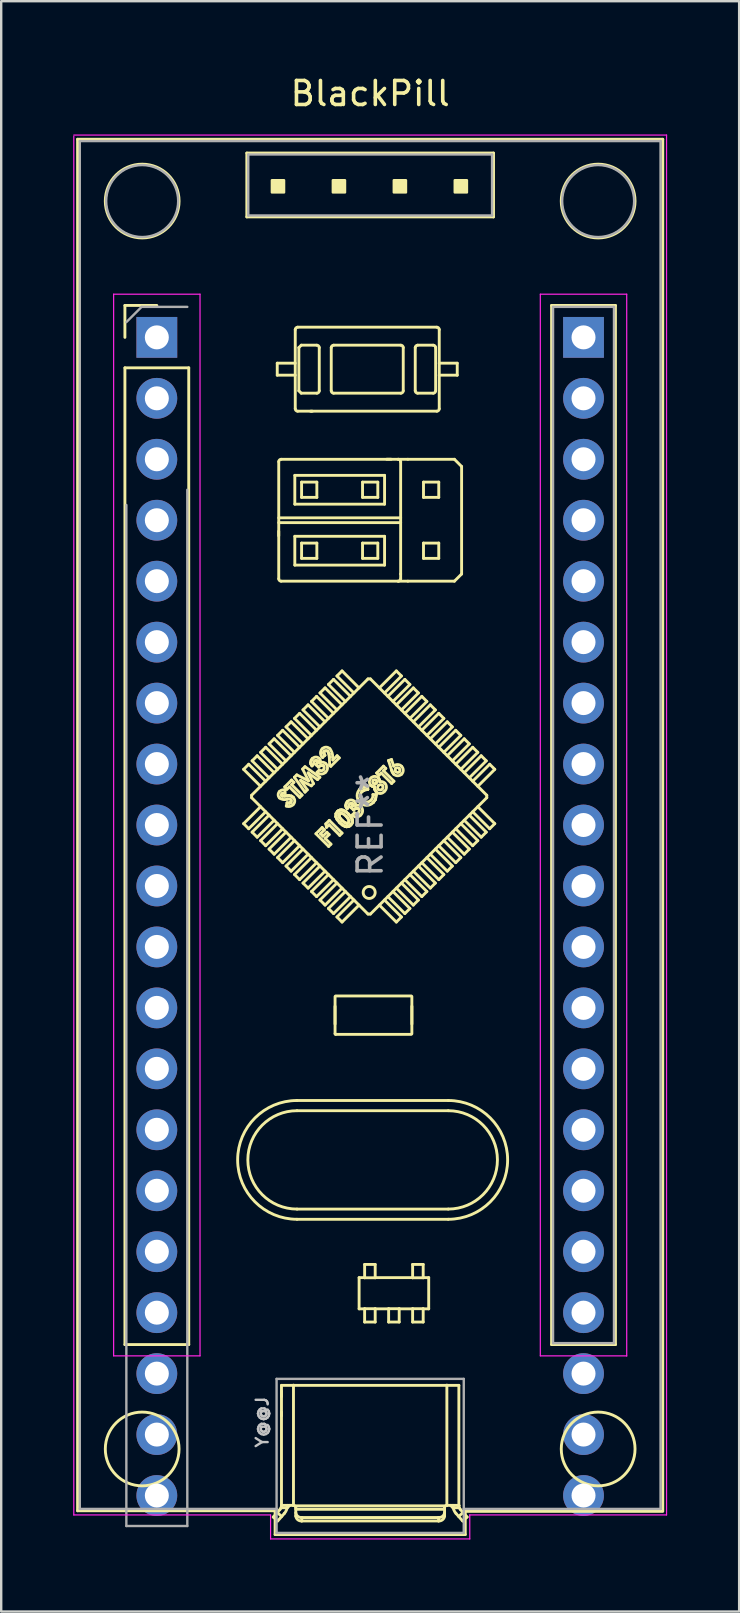
<source format=kicad_pcb>
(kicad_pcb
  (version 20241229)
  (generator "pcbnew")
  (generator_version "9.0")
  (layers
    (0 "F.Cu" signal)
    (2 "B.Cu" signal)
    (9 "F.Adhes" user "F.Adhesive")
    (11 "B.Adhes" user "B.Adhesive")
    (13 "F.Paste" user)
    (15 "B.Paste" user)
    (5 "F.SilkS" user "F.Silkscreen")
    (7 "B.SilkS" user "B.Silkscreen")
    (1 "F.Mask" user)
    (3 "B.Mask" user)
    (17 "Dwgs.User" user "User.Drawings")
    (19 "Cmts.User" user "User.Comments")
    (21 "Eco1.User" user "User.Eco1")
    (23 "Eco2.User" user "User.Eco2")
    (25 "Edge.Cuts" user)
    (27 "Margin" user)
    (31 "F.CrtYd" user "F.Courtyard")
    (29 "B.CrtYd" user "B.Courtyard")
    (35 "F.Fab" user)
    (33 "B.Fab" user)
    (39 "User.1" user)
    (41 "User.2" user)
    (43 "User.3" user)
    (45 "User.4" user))
  (footprint "BlackPill"
    (layer "F.Cu")
    (at 3.485 11.008)
    (property "Reference" "BlackPill" (at 8.89 -10.16 0) (layer "F.SilkS") (effects (font (size 1 1) (thickness 0.15))))
    (attr through_hole)
    (fp_line (start -3.302 -8.255) (end 21.082 -8.255) (stroke (width 0.12) (type solid)) (layer "F.SilkS"))
    (fp_line (start -3.302 48.895) (end -3.302 -8.255) (stroke (width 0.12) (type solid)) (layer "F.SilkS"))
    (fp_line (start -3.302 48.895) (end 4.928 48.895) (stroke (width 0.12) (type solid)) (layer "F.SilkS"))
    (fp_line (start -1.33 -1.33) (end -1.33 0) (stroke (width 0.12) (type solid)) (layer "F.SilkS"))
    (fp_line (start -1.33 -1.33) (end 0 -1.33) (stroke (width 0.12) (type solid)) (layer "F.SilkS"))
    (fp_line (start -1.33 1.27) (end -1.33 41.97) (stroke (width 0.12) (type solid)) (layer "F.SilkS"))
    (fp_line (start -1.33 1.27) (end 1.33 1.27) (stroke (width 0.12) (type solid)) (layer "F.SilkS"))
    (fp_line (start 1.33 1.27) (end 1.33 41.97) (stroke (width 0.12) (type solid)) (layer "F.SilkS"))
    (fp_line (start 1.33 41.97) (end -1.33 41.97) (stroke (width 0.12) (type solid)) (layer "F.SilkS"))
    (fp_line (start 3.617 18) (end 4.324 18.707) (stroke (width 0.12) (type solid)) (layer "F.SilkS"))
    (fp_line (start 3.617 20.263) (end 4.324 19.556) (stroke (width 0.12) (type solid)) (layer "F.SilkS"))
    (fp_line (start 3.75 -7.68) (end 3.75 -5.02) (stroke (width 0.12) (type solid)) (layer "F.SilkS"))
    (fp_line (start 3.75 -5.02) (end 14.03 -5.02) (stroke (width 0.12) (type solid)) (layer "F.SilkS"))
    (fp_line (start 3.829 17.788) (end 3.617 18) (stroke (width 0.12) (type solid)) (layer "F.SilkS"))
    (fp_line (start 3.829 17.788) (end 4.536 18.495) (stroke (width 0.12) (type solid)) (layer "F.SilkS"))
    (fp_line (start 3.829 20.475) (end 3.617 20.263) (stroke (width 0.12) (type solid)) (layer "F.SilkS"))
    (fp_line (start 3.829 20.475) (end 4.536 19.768) (stroke (width 0.12) (type solid)) (layer "F.SilkS"))
    (fp_line (start 3.949 19.081) (end 8.799 14.232) (stroke (width 0.12) (type solid)) (layer "F.SilkS"))
    (fp_line (start 3.949 19.181) (end 3.949 19.081) (stroke (width 0.12) (type solid)) (layer "F.SilkS"))
    (fp_line (start 3.97 17.646) (end 4.677 18.354) (stroke (width 0.12) (type solid)) (layer "F.SilkS"))
    (fp_line (start 3.97 20.616) (end 4.677 19.909) (stroke (width 0.12) (type solid)) (layer "F.SilkS"))
    (fp_line (start 4.182 17.434) (end 3.97 17.646) (stroke (width 0.12) (type solid)) (layer "F.SilkS"))
    (fp_line (start 4.182 17.434) (end 4.889 18.141) (stroke (width 0.12) (type solid)) (layer "F.SilkS"))
    (fp_line (start 4.182 20.828) (end 3.97 20.616) (stroke (width 0.12) (type solid)) (layer "F.SilkS"))
    (fp_line (start 4.182 20.828) (end 4.889 20.121) (stroke (width 0.12) (type solid)) (layer "F.SilkS"))
    (fp_line (start 4.324 17.293) (end 5.031 18) (stroke (width 0.12) (type solid)) (layer "F.SilkS"))
    (fp_line (start 4.324 20.97) (end 5.031 20.263) (stroke (width 0.12) (type solid)) (layer "F.SilkS"))
    (fp_line (start 4.536 17.081) (end 4.324 17.293) (stroke (width 0.12) (type solid)) (layer "F.SilkS"))
    (fp_line (start 4.536 17.081) (end 5.243 17.788) (stroke (width 0.12) (type solid)) (layer "F.SilkS"))
    (fp_line (start 4.536 21.182) (end 4.324 20.97) (stroke (width 0.12) (type solid)) (layer "F.SilkS"))
    (fp_line (start 4.536 21.182) (end 5.243 20.475) (stroke (width 0.12) (type solid)) (layer "F.SilkS"))
    (fp_line (start 4.677 16.939) (end 5.384 17.646) (stroke (width 0.12) (type solid)) (layer "F.SilkS"))
    (fp_line (start 4.677 21.323) (end 5.384 20.616) (stroke (width 0.12) (type solid)) (layer "F.SilkS"))
    (fp_line (start 4.853 49.157) (end 5.131 48.841) (stroke (width 0.12) (type solid)) (layer "F.SilkS"))
    (fp_line (start 4.889 16.727) (end 4.677 16.939) (stroke (width 0.12) (type solid)) (layer "F.SilkS"))
    (fp_line (start 4.889 16.727) (end 5.596 17.434) (stroke (width 0.12) (type solid)) (layer "F.SilkS"))
    (fp_line (start 4.889 21.536) (end 4.677 21.323) (stroke (width 0.12) (type solid)) (layer "F.SilkS"))
    (fp_line (start 4.889 21.536) (end 5.596 20.828) (stroke (width 0.12) (type solid)) (layer "F.SilkS"))
    (fp_line (start 4.928 48.895) (end 4.928 49.886) (stroke (width 0.12) (type solid)) (layer "F.SilkS"))
    (fp_line (start 4.928 49.886) (end 12.852 49.886) (stroke (width 0.12) (type solid)) (layer "F.SilkS"))
    (fp_line (start 5.018 48.97) (end 5.203 49.132) (stroke (width 0.12) (type solid)) (layer "F.SilkS"))
    (fp_line (start 5.018 1.576) (end 5.018 1.076) (stroke (width 0.12) (type solid)) (layer "F.SilkS"))
    (fp_line (start 5.031 16.586) (end 5.738 17.293) (stroke (width 0.12) (type solid)) (layer "F.SilkS"))
    (fp_line (start 5.031 21.677) (end 5.738 20.97) (stroke (width 0.12) (type solid)) (layer "F.SilkS"))
    (fp_line (start 5.037 49.32) (end 4.853 49.157) (stroke (width 0.12) (type solid)) (layer "F.SilkS"))
    (fp_line (start 5.079 8.079) (end 5.079 8.268) (stroke (width 0.12) (type solid)) (layer "F.SilkS"))
    (fp_line (start 5.08 7.52) (end 10.16 7.52) (stroke (width 0.12) (type solid)) (layer "F.SilkS"))
    (fp_line (start 5.08 10.06) (end 5.08 5.18) (stroke (width 0.12) (type solid)) (layer "F.SilkS"))
    (fp_line (start 5.18 5.08) (end 10.06 5.08) (stroke (width 0.12) (type solid)) (layer "F.SilkS"))
    (fp_line (start 5.193 43.91) (end 5.193 44.137) (stroke (width 0.12) (type solid)) (layer "F.SilkS"))
    (fp_line (start 5.193 44.785) (end 5.193 44.826) (stroke (width 0.12) (type solid)) (layer "F.SilkS"))
    (fp_line (start 5.193 44.885) (end 5.193 44.939) (stroke (width 0.12) (type solid)) (layer "F.SilkS"))
    (fp_line (start 5.194 48.678) (end 5.199 48.67) (stroke (width 0.12) (type solid)) (layer "F.SilkS"))
    (fp_line (start 5.194 43.67) (end 12.586 43.67) (stroke (width 0.12) (type solid)) (layer "F.SilkS"))
    (fp_line (start 5.194 48.676) (end 5.194 48.678) (stroke (width 0.12) (type solid)) (layer "F.SilkS"))
    (fp_line (start 5.194 48.676) (end 5.194 43.67) (stroke (width 0.12) (type solid)) (layer "F.SilkS"))
    (fp_line (start 5.199 48.67) (end 5.2 48.67) (stroke (width 0.12) (type solid)) (layer "F.SilkS"))
    (fp_line (start 5.2 48.67) (end 5.69 48.67) (stroke (width 0.12) (type solid)) (layer "F.SilkS"))
    (fp_line (start 5.202 19.093) (end 5.22 19.105) (stroke (width 0.12) (type solid)) (layer "F.SilkS"))
    (fp_line (start 5.202 19.093) (end 5.22 19.105) (stroke (width 0.12) (type solid)) (layer "F.SilkS"))
    (fp_line (start 5.22 19.105) (end 5.237 19.109) (stroke (width 0.12) (type solid)) (layer "F.SilkS"))
    (fp_line (start 5.22 19.105) (end 5.237 19.109) (stroke (width 0.12) (type solid)) (layer "F.SilkS"))
    (fp_line (start 5.237 19.109) (end 5.315 19.109) (stroke (width 0.12) (type solid)) (layer "F.SilkS"))
    (fp_line (start 5.237 19.109) (end 5.315 19.109) (stroke (width 0.12) (type solid)) (layer "F.SilkS"))
    (fp_line (start 5.243 16.374) (end 5.031 16.586) (stroke (width 0.12) (type solid)) (layer "F.SilkS"))
    (fp_line (start 5.243 16.374) (end 5.95 17.081) (stroke (width 0.12) (type solid)) (layer "F.SilkS"))
    (fp_line (start 5.243 21.889) (end 5.031 21.677) (stroke (width 0.12) (type solid)) (layer "F.SilkS"))
    (fp_line (start 5.243 21.889) (end 5.95 21.182) (stroke (width 0.12) (type solid)) (layer "F.SilkS"))
    (fp_line (start 5.315 49.005) (end 5.037 49.32) (stroke (width 0.12) (type solid)) (layer "F.SilkS"))
    (fp_line (start 5.315 19.109) (end 5.377 19.106) (stroke (width 0.12) (type solid)) (layer "F.SilkS"))
    (fp_line (start 5.315 19.109) (end 5.377 19.106) (stroke (width 0.12) (type solid)) (layer "F.SilkS"))
    (fp_line (start 5.331 18.732) (end 5.616 18.446) (stroke (width 0.12) (type solid)) (layer "F.SilkS"))
    (fp_line (start 5.347 18.857) (end 5.341 18.993) (stroke (width 0.12) (type solid)) (layer "F.SilkS"))
    (fp_line (start 5.377 19.106) (end 5.45 19.101) (stroke (width 0.12) (type solid)) (layer "F.SilkS"))
    (fp_line (start 5.377 19.106) (end 5.45 19.101) (stroke (width 0.12) (type solid)) (layer "F.SilkS"))
    (fp_line (start 5.384 16.232) (end 6.091 16.939) (stroke (width 0.12) (type solid)) (layer "F.SilkS"))
    (fp_line (start 5.384 22.03) (end 6.091 21.323) (stroke (width 0.12) (type solid)) (layer "F.SilkS"))
    (fp_line (start 5.395 19.53) (end 5.428 19.396) (stroke (width 0.12) (type solid)) (layer "F.SilkS"))
    (fp_line (start 5.426 18.827) (end 5.331 18.732) (stroke (width 0.12) (type solid)) (layer "F.SilkS"))
    (fp_line (start 5.428 19.396) (end 5.519 19.407) (stroke (width 0.12) (type solid)) (layer "F.SilkS"))
    (fp_line (start 5.428 19.396) (end 5.519 19.407) (stroke (width 0.12) (type solid)) (layer "F.SilkS"))
    (fp_line (start 5.428 48.782) (end 5.54 48.67) (stroke (width 0.12) (type solid)) (layer "F.SilkS"))
    (fp_line (start 5.431 48.77) (end 5.175 48.77) (stroke (width 0.12) (type solid)) (layer "F.SilkS"))
    (fp_line (start 5.44 48.67) (end 5.44 48.674) (stroke (width 0.12) (type solid)) (layer "F.SilkS"))
    (fp_line (start 5.45 19.101) (end 5.507 19.099) (stroke (width 0.12) (type solid)) (layer "F.SilkS"))
    (fp_line (start 5.45 19.101) (end 5.507 19.099) (stroke (width 0.12) (type solid)) (layer "F.SilkS"))
    (fp_line (start 5.507 19.099) (end 5.613 19.118) (stroke (width 0.12) (type solid)) (layer "F.SilkS"))
    (fp_line (start 5.507 19.099) (end 5.613 19.118) (stroke (width 0.12) (type solid)) (layer "F.SilkS"))
    (fp_line (start 5.519 19.407) (end 5.554 19.397) (stroke (width 0.12) (type solid)) (layer "F.SilkS"))
    (fp_line (start 5.519 19.407) (end 5.554 19.397) (stroke (width 0.12) (type solid)) (layer "F.SilkS"))
    (fp_line (start 5.521 18.732) (end 5.426 18.827) (stroke (width 0.12) (type solid)) (layer "F.SilkS"))
    (fp_line (start 5.554 19.397) (end 5.583 19.377) (stroke (width 0.12) (type solid)) (layer "F.SilkS"))
    (fp_line (start 5.554 19.397) (end 5.583 19.377) (stroke (width 0.12) (type solid)) (layer "F.SilkS"))
    (fp_line (start 5.596 16.02) (end 5.384 16.232) (stroke (width 0.12) (type solid)) (layer "F.SilkS"))
    (fp_line (start 5.596 16.02) (end 6.304 16.727) (stroke (width 0.12) (type solid)) (layer "F.SilkS"))
    (fp_line (start 5.596 22.243) (end 5.384 22.03) (stroke (width 0.12) (type solid)) (layer "F.SilkS"))
    (fp_line (start 5.596 22.243) (end 6.304 21.536) (stroke (width 0.12) (type solid)) (layer "F.SilkS"))
    (fp_line (start 5.613 19.118) (end 5.683 19.166) (stroke (width 0.12) (type solid)) (layer "F.SilkS"))
    (fp_line (start 5.613 19.118) (end 5.683 19.166) (stroke (width 0.12) (type solid)) (layer "F.SilkS"))
    (fp_line (start 5.616 18.446) (end 5.712 18.541) (stroke (width 0.12) (type solid)) (layer "F.SilkS"))
    (fp_line (start 5.616 18.637) (end 6.052 19.072) (stroke (width 0.12) (type solid)) (layer "F.SilkS"))
    (fp_line (start 5.69 48.67) (end 5.694 48.67) (stroke (width 0.12) (type solid)) (layer "F.SilkS"))
    (fp_line (start 5.694 48.67) (end 5.694 43.66) (stroke (width 0.12) (type solid)) (layer "F.SilkS"))
    (fp_line (start 5.712 18.541) (end 5.616 18.637) (stroke (width 0.12) (type solid)) (layer "F.SilkS"))
    (fp_line (start 5.733 18.329) (end 5.832 18.231) (stroke (width 0.12) (type solid)) (layer "F.SilkS"))
    (fp_line (start 5.738 15.879) (end 6.445 16.586) (stroke (width 0.12) (type solid)) (layer "F.SilkS"))
    (fp_line (start 5.738 22.384) (end 6.445 21.677) (stroke (width 0.12) (type solid)) (layer "F.SilkS"))
    (fp_line (start 5.75 5.75) (end 9.49 5.75) (stroke (width 0.12) (type solid)) (layer "F.SilkS"))
    (fp_line (start 5.75 6.95) (end 5.75 5.75) (stroke (width 0.12) (type solid)) (layer "F.SilkS"))
    (fp_line (start 5.75 8.29) (end 9.49 8.29) (stroke (width 0.12) (type solid)) (layer "F.SilkS"))
    (fp_line (start 5.75 9.49) (end 5.75 8.29) (stroke (width 0.12) (type solid)) (layer "F.SilkS"))
    (fp_line (start 5.752 48.691) (end 12.028 48.691) (stroke (width 0.12) (type solid)) (layer "F.SilkS"))
    (fp_line (start 5.768 -0.324) (end 5.768 2.976) (stroke (width 0.12) (type solid)) (layer "F.SilkS"))
    (fp_line (start 5.768 1.076) (end 5.018 1.076) (stroke (width 0.12) (type solid)) (layer "F.SilkS"))
    (fp_line (start 5.768 1.576) (end 5.018 1.576) (stroke (width 0.12) (type solid)) (layer "F.SilkS"))
    (fp_line (start 5.79 49.115) (end 5.79 48.77) (stroke (width 0.12) (type solid)) (layer "F.SilkS"))
    (fp_line (start 5.832 18.231) (end 6.323 18.48) (stroke (width 0.12) (type solid)) (layer "F.SilkS"))
    (fp_line (start 5.843 32.224) (end 12.143 32.224) (stroke (width 0.12) (type solid)) (layer "F.SilkS"))
    (fp_line (start 5.843 36.749) (end 12.143 36.749) (stroke (width 0.12) (type solid)) (layer "F.SilkS"))
    (fp_line (start 5.868 3.076) (end 11.668 3.076) (stroke (width 0.12) (type solid)) (layer "F.SilkS"))
    (fp_line (start 5.918 0.426) (end 6.018 0.326) (stroke (width 0.12) (type solid)) (layer "F.SilkS"))
    (fp_line (start 5.918 2.226) (end 5.918 0.426) (stroke (width 0.12) (type solid)) (layer "F.SilkS"))
    (fp_line (start 5.918 2.226) (end 6.018 2.326) (stroke (width 0.12) (type solid)) (layer "F.SilkS"))
    (fp_line (start 5.95 15.667) (end 5.738 15.879) (stroke (width 0.12) (type solid)) (layer "F.SilkS"))
    (fp_line (start 5.95 15.667) (end 6.657 16.374) (stroke (width 0.12) (type solid)) (layer "F.SilkS"))
    (fp_line (start 5.95 22.596) (end 5.738 22.384) (stroke (width 0.12) (type solid)) (layer "F.SilkS"))
    (fp_line (start 5.95 22.596) (end 6.657 21.889) (stroke (width 0.12) (type solid)) (layer "F.SilkS"))
    (fp_line (start 5.956 19.167) (end 5.521 18.732) (stroke (width 0.12) (type solid)) (layer "F.SilkS"))
    (fp_line (start 5.992 18.461) (end 6.27 18.853) (stroke (width 0.12) (type solid)) (layer "F.SilkS"))
    (fp_line (start 6.018 0.326) (end 6.668 0.326) (stroke (width 0.12) (type solid)) (layer "F.SilkS"))
    (fp_line (start 6.032 6.032) (end 6.668 6.032) (stroke (width 0.12) (type solid)) (layer "F.SilkS"))
    (fp_line (start 6.032 6.668) (end 6.032 6.032) (stroke (width 0.12) (type solid)) (layer "F.SilkS"))
    (fp_line (start 6.032 8.572) (end 6.668 8.572) (stroke (width 0.12) (type solid)) (layer "F.SilkS"))
    (fp_line (start 6.032 9.208) (end 6.032 8.572) (stroke (width 0.12) (type solid)) (layer "F.SilkS"))
    (fp_line (start 6.04 49.177) (end 6.04 49.32) (stroke (width 0.12) (type solid)) (layer "F.SilkS"))
    (fp_line (start 6.04 49.177) (end 11.74 49.177) (stroke (width 0.12) (type solid)) (layer "F.SilkS"))
    (fp_line (start 6.04 49.32) (end 11.74 49.32) (stroke (width 0.12) (type solid)) (layer "F.SilkS"))
    (fp_line (start 6.052 19.072) (end 5.956 19.167) (stroke (width 0.12) (type solid)) (layer "F.SilkS"))
    (fp_line (start 6.075 17.988) (end 6.173 17.89) (stroke (width 0.12) (type solid)) (layer "F.SilkS"))
    (fp_line (start 6.091 15.525) (end 6.798 16.232) (stroke (width 0.12) (type solid)) (layer "F.SilkS"))
    (fp_line (start 6.091 22.738) (end 6.798 22.03) (stroke (width 0.12) (type solid)) (layer "F.SilkS"))
    (fp_line (start 6.173 17.89) (end 6.793 18.331) (stroke (width 0.12) (type solid)) (layer "F.SilkS"))
    (fp_line (start 6.174 18.949) (end 5.733 18.329) (stroke (width 0.12) (type solid)) (layer "F.SilkS"))
    (fp_line (start 6.27 18.853) (end 6.174 18.949) (stroke (width 0.12) (type solid)) (layer "F.SilkS"))
    (fp_line (start 6.304 15.313) (end 6.091 15.525) (stroke (width 0.12) (type solid)) (layer "F.SilkS"))
    (fp_line (start 6.304 15.313) (end 7.011 16.02) (stroke (width 0.12) (type solid)) (layer "F.SilkS"))
    (fp_line (start 6.304 22.95) (end 6.091 22.738) (stroke (width 0.12) (type solid)) (layer "F.SilkS"))
    (fp_line (start 6.304 22.95) (end 7.011 22.243) (stroke (width 0.12) (type solid)) (layer "F.SilkS"))
    (fp_line (start 6.305 18.149) (end 6.529 18.594) (stroke (width 0.12) (type solid)) (layer "F.SilkS"))
    (fp_line (start 6.323 18.48) (end 6.075 17.988) (stroke (width 0.12) (type solid)) (layer "F.SilkS"))
    (fp_line (start 6.405 3.077) (end 6.425 3.077) (stroke (width 0.12) (type solid)) (layer "F.SilkS"))
    (fp_line (start 6.414 17.721) (end 6.434 17.62) (stroke (width 0.12) (type solid)) (layer "F.SilkS"))
    (fp_line (start 6.414 17.721) (end 6.434 17.62) (stroke (width 0.12) (type solid)) (layer "F.SilkS"))
    (fp_line (start 6.426 17.784) (end 6.414 17.721) (stroke (width 0.12) (type solid)) (layer "F.SilkS"))
    (fp_line (start 6.426 17.784) (end 6.414 17.721) (stroke (width 0.12) (type solid)) (layer "F.SilkS"))
    (fp_line (start 6.434 17.62) (end 6.481 17.554) (stroke (width 0.12) (type solid)) (layer "F.SilkS"))
    (fp_line (start 6.434 17.62) (end 6.481 17.554) (stroke (width 0.12) (type solid)) (layer "F.SilkS"))
    (fp_line (start 6.437 18.687) (end 5.992 18.461) (stroke (width 0.12) (type solid)) (layer "F.SilkS"))
    (fp_line (start 6.445 15.172) (end 7.152 15.879) (stroke (width 0.12) (type solid)) (layer "F.SilkS"))
    (fp_line (start 6.445 23.091) (end 7.152 22.384) (stroke (width 0.12) (type solid)) (layer "F.SilkS"))
    (fp_line (start 6.455 3.077) (end 6.482 3.077) (stroke (width 0.12) (type solid)) (layer "F.SilkS"))
    (fp_line (start 6.466 17.855) (end 6.426 17.784) (stroke (width 0.12) (type solid)) (layer "F.SilkS"))
    (fp_line (start 6.466 17.855) (end 6.426 17.784) (stroke (width 0.12) (type solid)) (layer "F.SilkS"))
    (fp_line (start 6.529 18.594) (end 6.437 18.687) (stroke (width 0.12) (type solid)) (layer "F.SilkS"))
    (fp_line (start 6.562 17.76) (end 6.466 17.855) (stroke (width 0.12) (type solid)) (layer "F.SilkS"))
    (fp_line (start 6.63 20.683) (end 6.888 20.425) (stroke (width 0.12) (type solid)) (layer "F.SilkS"))
    (fp_line (start 6.643 17.814) (end 6.695 17.735) (stroke (width 0.12) (type solid)) (layer "F.SilkS"))
    (fp_line (start 6.643 17.814) (end 6.695 17.735) (stroke (width 0.12) (type solid)) (layer "F.SilkS"))
    (fp_line (start 6.657 14.959) (end 6.445 15.172) (stroke (width 0.12) (type solid)) (layer "F.SilkS"))
    (fp_line (start 6.657 14.959) (end 7.364 15.667) (stroke (width 0.12) (type solid)) (layer "F.SilkS"))
    (fp_line (start 6.657 23.303) (end 6.445 23.091) (stroke (width 0.12) (type solid)) (layer "F.SilkS"))
    (fp_line (start 6.657 23.303) (end 7.364 22.596) (stroke (width 0.12) (type solid)) (layer "F.SilkS"))
    (fp_line (start 6.668 6.032) (end 6.668 6.668) (stroke (width 0.12) (type solid)) (layer "F.SilkS"))
    (fp_line (start 6.668 6.668) (end 6.032 6.668) (stroke (width 0.12) (type solid)) (layer "F.SilkS"))
    (fp_line (start 6.668 8.572) (end 6.668 9.208) (stroke (width 0.12) (type solid)) (layer "F.SilkS"))
    (fp_line (start 6.668 9.208) (end 6.032 9.208) (stroke (width 0.12) (type solid)) (layer "F.SilkS"))
    (fp_line (start 6.668 2.326) (end 6.018 2.326) (stroke (width 0.12) (type solid)) (layer "F.SilkS"))
    (fp_line (start 6.677 18.12) (end 6.772 18.025) (stroke (width 0.12) (type solid)) (layer "F.SilkS"))
    (fp_line (start 6.693 17.666) (end 6.679 17.646) (stroke (width 0.12) (type solid)) (layer "F.SilkS"))
    (fp_line (start 6.693 17.666) (end 6.679 17.646) (stroke (width 0.12) (type solid)) (layer "F.SilkS"))
    (fp_line (start 6.695 17.735) (end 6.7 17.688) (stroke (width 0.12) (type solid)) (layer "F.SilkS"))
    (fp_line (start 6.695 17.735) (end 6.7 17.688) (stroke (width 0.12) (type solid)) (layer "F.SilkS"))
    (fp_line (start 6.696 18.427) (end 6.305 18.149) (stroke (width 0.12) (type solid)) (layer "F.SilkS"))
    (fp_line (start 6.7 17.688) (end 6.693 17.666) (stroke (width 0.12) (type solid)) (layer "F.SilkS"))
    (fp_line (start 6.7 17.688) (end 6.693 17.666) (stroke (width 0.12) (type solid)) (layer "F.SilkS"))
    (fp_line (start 6.732 17.902) (end 6.643 17.814) (stroke (width 0.12) (type solid)) (layer "F.SilkS"))
    (fp_line (start 6.768 0.426) (end 6.768 2.226) (stroke (width 0.12) (type solid)) (layer "F.SilkS"))
    (fp_line (start 6.793 18.331) (end 6.696 18.427) (stroke (width 0.12) (type solid)) (layer "F.SilkS"))
    (fp_line (start 6.798 14.818) (end 7.506 15.525) (stroke (width 0.12) (type solid)) (layer "F.SilkS"))
    (fp_line (start 6.798 23.445) (end 7.506 22.738) (stroke (width 0.12) (type solid)) (layer "F.SilkS"))
    (fp_line (start 6.82 20.683) (end 6.922 20.785) (stroke (width 0.12) (type solid)) (layer "F.SilkS"))
    (fp_line (start 6.833 17.836) (end 6.732 17.902) (stroke (width 0.12) (type solid)) (layer "F.SilkS"))
    (fp_line (start 6.833 17.836) (end 6.732 17.902) (stroke (width 0.12) (type solid)) (layer "F.SilkS"))
    (fp_line (start 6.888 20.425) (end 6.983 20.52) (stroke (width 0.12) (type solid)) (layer "F.SilkS"))
    (fp_line (start 6.893 17.832) (end 6.833 17.836) (stroke (width 0.12) (type solid)) (layer "F.SilkS"))
    (fp_line (start 6.893 17.832) (end 6.833 17.836) (stroke (width 0.12) (type solid)) (layer "F.SilkS"))
    (fp_line (start 6.922 20.785) (end 7.085 20.622) (stroke (width 0.12) (type solid)) (layer "F.SilkS"))
    (fp_line (start 6.922 17.841) (end 6.893 17.832) (stroke (width 0.12) (type solid)) (layer "F.SilkS"))
    (fp_line (start 6.922 17.841) (end 6.893 17.832) (stroke (width 0.12) (type solid)) (layer "F.SilkS"))
    (fp_line (start 6.946 17.859) (end 6.922 17.841) (stroke (width 0.12) (type solid)) (layer "F.SilkS"))
    (fp_line (start 6.946 17.859) (end 6.922 17.841) (stroke (width 0.12) (type solid)) (layer "F.SilkS"))
    (fp_line (start 6.957 17.29) (end 6.96 17.343) (stroke (width 0.12) (type solid)) (layer "F.SilkS"))
    (fp_line (start 6.957 17.29) (end 6.96 17.343) (stroke (width 0.12) (type solid)) (layer "F.SilkS"))
    (fp_line (start 6.96 17.343) (end 7.003 17.413) (stroke (width 0.12) (type solid)) (layer "F.SilkS"))
    (fp_line (start 6.96 17.343) (end 7.003 17.413) (stroke (width 0.12) (type solid)) (layer "F.SilkS"))
    (fp_line (start 6.982 17.244) (end 6.957 17.29) (stroke (width 0.12) (type solid)) (layer "F.SilkS"))
    (fp_line (start 6.982 17.244) (end 6.957 17.29) (stroke (width 0.12) (type solid)) (layer "F.SilkS"))
    (fp_line (start 6.983 20.52) (end 6.82 20.683) (stroke (width 0.12) (type solid)) (layer "F.SilkS"))
    (fp_line (start 7.003 17.413) (end 6.908 17.508) (stroke (width 0.12) (type solid)) (layer "F.SilkS"))
    (fp_line (start 7.011 14.606) (end 6.798 14.818) (stroke (width 0.12) (type solid)) (layer "F.SilkS"))
    (fp_line (start 7.011 14.606) (end 7.718 15.313) (stroke (width 0.12) (type solid)) (layer "F.SilkS"))
    (fp_line (start 7.011 23.657) (end 6.798 23.445) (stroke (width 0.12) (type solid)) (layer "F.SilkS"))
    (fp_line (start 7.011 23.657) (end 7.718 22.95) (stroke (width 0.12) (type solid)) (layer "F.SilkS"))
    (fp_line (start 7.017 20.88) (end 7.255 21.118) (stroke (width 0.12) (type solid)) (layer "F.SilkS"))
    (fp_line (start 7.04 20.273) (end 7.187 20.126) (stroke (width 0.12) (type solid)) (layer "F.SilkS"))
    (fp_line (start 7.071 20.418) (end 7.04 20.273) (stroke (width 0.12) (type solid)) (layer "F.SilkS"))
    (fp_line (start 7.085 20.622) (end 7.18 20.717) (stroke (width 0.12) (type solid)) (layer "F.SilkS"))
    (fp_line (start 7.152 14.464) (end 7.859 15.172) (stroke (width 0.12) (type solid)) (layer "F.SilkS"))
    (fp_line (start 7.152 23.798) (end 7.859 23.091) (stroke (width 0.12) (type solid)) (layer "F.SilkS"))
    (fp_line (start 7.16 21.213) (end 6.63 20.683) (stroke (width 0.12) (type solid)) (layer "F.SilkS"))
    (fp_line (start 7.175 17.351) (end 7.122 17.245) (stroke (width 0.12) (type solid)) (layer "F.SilkS"))
    (fp_line (start 7.175 17.351) (end 7.122 17.245) (stroke (width 0.12) (type solid)) (layer "F.SilkS"))
    (fp_line (start 7.18 20.309) (end 7.071 20.418) (stroke (width 0.12) (type solid)) (layer "F.SilkS"))
    (fp_line (start 7.18 20.717) (end 7.017 20.88) (stroke (width 0.12) (type solid)) (layer "F.SilkS"))
    (fp_line (start 7.187 20.126) (end 7.717 20.656) (stroke (width 0.12) (type solid)) (layer "F.SilkS"))
    (fp_line (start 7.19 17.503) (end 7.175 17.351) (stroke (width 0.12) (type solid)) (layer "F.SilkS"))
    (fp_line (start 7.19 17.503) (end 7.175 17.351) (stroke (width 0.12) (type solid)) (layer "F.SilkS"))
    (fp_line (start 7.2 17.827) (end 7.19 17.503) (stroke (width 0.12) (type solid)) (layer "F.SilkS"))
    (fp_line (start 7.248 17.875) (end 7.2 17.827) (stroke (width 0.12) (type solid)) (layer "F.SilkS"))
    (fp_line (start 7.255 21.118) (end 7.16 21.213) (stroke (width 0.12) (type solid)) (layer "F.SilkS"))
    (fp_line (start 7.268 2.226) (end 7.268 0.426) (stroke (width 0.12) (type solid)) (layer "F.SilkS"))
    (fp_line (start 7.327 17.493) (end 7.335 17.612) (stroke (width 0.12) (type solid)) (layer "F.SilkS"))
    (fp_line (start 7.335 17.612) (end 7.513 17.433) (stroke (width 0.12) (type solid)) (layer "F.SilkS"))
    (fp_line (start 7.364 14.252) (end 7.152 14.464) (stroke (width 0.12) (type solid)) (layer "F.SilkS"))
    (fp_line (start 7.364 14.252) (end 8.071 14.959) (stroke (width 0.12) (type solid)) (layer "F.SilkS"))
    (fp_line (start 7.364 24.01) (end 7.152 23.798) (stroke (width 0.12) (type solid)) (layer "F.SilkS"))
    (fp_line (start 7.364 24.01) (end 8.071 23.303) (stroke (width 0.12) (type solid)) (layer "F.SilkS"))
    (fp_line (start 7.368 0.326) (end 10.168 0.326) (stroke (width 0.12) (type solid)) (layer "F.SilkS"))
    (fp_line (start 7.426 28.611) (end 7.426 27.874) (stroke (width 0.12) (type solid)) (layer "F.SilkS"))
    (fp_line (start 7.427 29.018) (end 7.427 27.468) (stroke (width 0.12) (type solid)) (layer "F.SilkS"))
    (fp_line (start 7.452 27.443) (end 10.602 27.443) (stroke (width 0.12) (type solid)) (layer "F.SilkS"))
    (fp_line (start 7.459 19.971) (end 7.467 19.846) (stroke (width 0.12) (type solid)) (layer "F.SilkS"))
    (fp_line (start 7.459 19.971) (end 7.467 19.846) (stroke (width 0.12) (type solid)) (layer "F.SilkS"))
    (fp_line (start 7.467 19.846) (end 7.522 19.763) (stroke (width 0.12) (type solid)) (layer "F.SilkS"))
    (fp_line (start 7.467 19.846) (end 7.522 19.763) (stroke (width 0.12) (type solid)) (layer "F.SilkS"))
    (fp_line (start 7.506 14.111) (end 8.213 14.818) (stroke (width 0.12) (type solid)) (layer "F.SilkS"))
    (fp_line (start 7.506 24.152) (end 8.213 23.445) (stroke (width 0.12) (type solid)) (layer "F.SilkS"))
    (fp_line (start 7.513 17.433) (end 7.602 17.522) (stroke (width 0.12) (type solid)) (layer "F.SilkS"))
    (fp_line (start 7.515 20.094) (end 7.459 19.971) (stroke (width 0.12) (type solid)) (layer "F.SilkS"))
    (fp_line (start 7.515 20.094) (end 7.459 19.971) (stroke (width 0.12) (type solid)) (layer "F.SilkS"))
    (fp_line (start 7.522 19.763) (end 7.574 19.722) (stroke (width 0.12) (type solid)) (layer "F.SilkS"))
    (fp_line (start 7.522 19.763) (end 7.574 19.722) (stroke (width 0.12) (type solid)) (layer "F.SilkS"))
    (fp_line (start 7.574 19.722) (end 7.636 19.698) (stroke (width 0.12) (type solid)) (layer "F.SilkS"))
    (fp_line (start 7.574 19.722) (end 7.636 19.698) (stroke (width 0.12) (type solid)) (layer "F.SilkS"))
    (fp_line (start 7.591 19.93) (end 7.618 20.007) (stroke (width 0.12) (type solid)) (layer "F.SilkS"))
    (fp_line (start 7.591 19.93) (end 7.618 20.007) (stroke (width 0.12) (type solid)) (layer "F.SilkS"))
    (fp_line (start 7.597 19.89) (end 7.591 19.93) (stroke (width 0.12) (type solid)) (layer "F.SilkS"))
    (fp_line (start 7.597 19.89) (end 7.591 19.93) (stroke (width 0.12) (type solid)) (layer "F.SilkS"))
    (fp_line (start 7.602 17.522) (end 7.248 17.875) (stroke (width 0.12) (type solid)) (layer "F.SilkS"))
    (fp_line (start 7.618 20.007) (end 7.724 20.132) (stroke (width 0.12) (type solid)) (layer "F.SilkS"))
    (fp_line (start 7.618 20.007) (end 7.724 20.132) (stroke (width 0.12) (type solid)) (layer "F.SilkS"))
    (fp_line (start 7.62 19.856) (end 7.597 19.89) (stroke (width 0.12) (type solid)) (layer "F.SilkS"))
    (fp_line (start 7.62 19.856) (end 7.597 19.89) (stroke (width 0.12) (type solid)) (layer "F.SilkS"))
    (fp_line (start 7.622 20.751) (end 7.18 20.309) (stroke (width 0.12) (type solid)) (layer "F.SilkS"))
    (fp_line (start 7.627 20.226) (end 7.515 20.094) (stroke (width 0.12) (type solid)) (layer "F.SilkS"))
    (fp_line (start 7.627 20.226) (end 7.515 20.094) (stroke (width 0.12) (type solid)) (layer "F.SilkS"))
    (fp_line (start 7.636 19.698) (end 7.702 19.693) (stroke (width 0.12) (type solid)) (layer "F.SilkS"))
    (fp_line (start 7.636 19.698) (end 7.702 19.693) (stroke (width 0.12) (type solid)) (layer "F.SilkS"))
    (fp_line (start 7.653 19.835) (end 7.62 19.856) (stroke (width 0.12) (type solid)) (layer "F.SilkS"))
    (fp_line (start 7.692 19.831) (end 7.653 19.835) (stroke (width 0.12) (type solid)) (layer "F.SilkS"))
    (fp_line (start 7.702 19.693) (end 7.767 19.707) (stroke (width 0.12) (type solid)) (layer "F.SilkS"))
    (fp_line (start 7.702 19.693) (end 7.767 19.707) (stroke (width 0.12) (type solid)) (layer "F.SilkS"))
    (fp_line (start 7.717 20.656) (end 7.622 20.751) (stroke (width 0.12) (type solid)) (layer "F.SilkS"))
    (fp_line (start 7.718 13.899) (end 7.506 14.111) (stroke (width 0.12) (type solid)) (layer "F.SilkS"))
    (fp_line (start 7.718 13.899) (end 8.425 14.606) (stroke (width 0.12) (type solid)) (layer "F.SilkS"))
    (fp_line (start 7.718 24.364) (end 7.506 24.152) (stroke (width 0.12) (type solid)) (layer "F.SilkS"))
    (fp_line (start 7.718 24.364) (end 8.425 23.657) (stroke (width 0.12) (type solid)) (layer "F.SilkS"))
    (fp_line (start 7.724 20.132) (end 7.843 20.229) (stroke (width 0.12) (type solid)) (layer "F.SilkS"))
    (fp_line (start 7.724 20.132) (end 7.843 20.229) (stroke (width 0.12) (type solid)) (layer "F.SilkS"))
    (fp_line (start 7.726 20.313) (end 7.627 20.226) (stroke (width 0.12) (type solid)) (layer "F.SilkS"))
    (fp_line (start 7.726 20.313) (end 7.627 20.226) (stroke (width 0.12) (type solid)) (layer "F.SilkS"))
    (fp_line (start 7.766 19.855) (end 7.692 19.831) (stroke (width 0.12) (type solid)) (layer "F.SilkS"))
    (fp_line (start 7.767 19.707) (end 7.883 19.772) (stroke (width 0.12) (type solid)) (layer "F.SilkS"))
    (fp_line (start 7.767 19.707) (end 7.883 19.772) (stroke (width 0.12) (type solid)) (layer "F.SilkS"))
    (fp_line (start 7.841 20.377) (end 7.726 20.313) (stroke (width 0.12) (type solid)) (layer "F.SilkS"))
    (fp_line (start 7.841 20.377) (end 7.726 20.313) (stroke (width 0.12) (type solid)) (layer "F.SilkS"))
    (fp_line (start 7.843 20.229) (end 7.917 20.251) (stroke (width 0.12) (type solid)) (layer "F.SilkS"))
    (fp_line (start 7.843 20.229) (end 7.917 20.251) (stroke (width 0.12) (type solid)) (layer "F.SilkS"))
    (fp_line (start 7.875 19.509) (end 7.896 19.408) (stroke (width 0.12) (type solid)) (layer "F.SilkS"))
    (fp_line (start 7.875 19.509) (end 7.896 19.408) (stroke (width 0.12) (type solid)) (layer "F.SilkS"))
    (fp_line (start 7.883 19.772) (end 7.983 19.861) (stroke (width 0.12) (type solid)) (layer "F.SilkS"))
    (fp_line (start 7.883 19.772) (end 7.983 19.861) (stroke (width 0.12) (type solid)) (layer "F.SilkS"))
    (fp_line (start 7.888 19.956) (end 7.766 19.855) (stroke (width 0.12) (type solid)) (layer "F.SilkS"))
    (fp_line (start 7.888 19.572) (end 7.875 19.509) (stroke (width 0.12) (type solid)) (layer "F.SilkS"))
    (fp_line (start 7.888 19.572) (end 7.875 19.509) (stroke (width 0.12) (type solid)) (layer "F.SilkS"))
    (fp_line (start 7.896 19.408) (end 7.943 19.342) (stroke (width 0.12) (type solid)) (layer "F.SilkS"))
    (fp_line (start 7.896 19.408) (end 7.943 19.342) (stroke (width 0.12) (type solid)) (layer "F.SilkS"))
    (fp_line (start 7.905 20.39) (end 7.841 20.377) (stroke (width 0.12) (type solid)) (layer "F.SilkS"))
    (fp_line (start 7.905 20.39) (end 7.841 20.377) (stroke (width 0.12) (type solid)) (layer "F.SilkS"))
    (fp_line (start 7.917 20.251) (end 7.955 20.245) (stroke (width 0.12) (type solid)) (layer "F.SilkS"))
    (fp_line (start 7.917 20.251) (end 7.955 20.245) (stroke (width 0.12) (type solid)) (layer "F.SilkS"))
    (fp_line (start 7.928 19.643) (end 7.888 19.572) (stroke (width 0.12) (type solid)) (layer "F.SilkS"))
    (fp_line (start 7.928 19.643) (end 7.888 19.572) (stroke (width 0.12) (type solid)) (layer "F.SilkS"))
    (fp_line (start 7.95 20.025) (end 7.888 19.956) (stroke (width 0.12) (type solid)) (layer "F.SilkS"))
    (fp_line (start 7.95 20.025) (end 7.888 19.956) (stroke (width 0.12) (type solid)) (layer "F.SilkS"))
    (fp_line (start 7.955 20.245) (end 7.987 20.223) (stroke (width 0.12) (type solid)) (layer "F.SilkS"))
    (fp_line (start 7.955 20.245) (end 7.987 20.223) (stroke (width 0.12) (type solid)) (layer "F.SilkS"))
    (fp_line (start 7.971 20.385) (end 7.905 20.39) (stroke (width 0.12) (type solid)) (layer "F.SilkS"))
    (fp_line (start 7.971 20.385) (end 7.905 20.39) (stroke (width 0.12) (type solid)) (layer "F.SilkS"))
    (fp_line (start 7.983 19.861) (end 8.071 19.96) (stroke (width 0.12) (type solid)) (layer "F.SilkS"))
    (fp_line (start 7.983 19.861) (end 8.071 19.96) (stroke (width 0.12) (type solid)) (layer "F.SilkS"))
    (fp_line (start 8.008 20.129) (end 7.95 20.025) (stroke (width 0.12) (type solid)) (layer "F.SilkS"))
    (fp_line (start 8.008 20.129) (end 7.95 20.025) (stroke (width 0.12) (type solid)) (layer "F.SilkS"))
    (fp_line (start 8.023 19.548) (end 7.928 19.643) (stroke (width 0.12) (type solid)) (layer "F.SilkS"))
    (fp_line (start 8.031 20.359) (end 7.971 20.385) (stroke (width 0.12) (type solid)) (layer "F.SilkS"))
    (fp_line (start 8.031 20.359) (end 7.971 20.385) (stroke (width 0.12) (type solid)) (layer "F.SilkS"))
    (fp_line (start 8.071 19.96) (end 8.136 20.075) (stroke (width 0.12) (type solid)) (layer "F.SilkS"))
    (fp_line (start 8.071 19.96) (end 8.136 20.075) (stroke (width 0.12) (type solid)) (layer "F.SilkS"))
    (fp_line (start 8.082 20.318) (end 8.031 20.359) (stroke (width 0.12) (type solid)) (layer "F.SilkS"))
    (fp_line (start 8.082 20.318) (end 8.031 20.359) (stroke (width 0.12) (type solid)) (layer "F.SilkS"))
    (fp_line (start 8.105 19.602) (end 8.157 19.523) (stroke (width 0.12) (type solid)) (layer "F.SilkS"))
    (fp_line (start 8.105 19.602) (end 8.157 19.523) (stroke (width 0.12) (type solid)) (layer "F.SilkS"))
    (fp_line (start 8.124 20.266) (end 8.082 20.318) (stroke (width 0.12) (type solid)) (layer "F.SilkS"))
    (fp_line (start 8.124 20.266) (end 8.082 20.318) (stroke (width 0.12) (type solid)) (layer "F.SilkS"))
    (fp_line (start 8.136 20.075) (end 8.151 20.139) (stroke (width 0.12) (type solid)) (layer "F.SilkS"))
    (fp_line (start 8.136 20.075) (end 8.151 20.139) (stroke (width 0.12) (type solid)) (layer "F.SilkS"))
    (fp_line (start 8.139 19.908) (end 8.234 19.813) (stroke (width 0.12) (type solid)) (layer "F.SilkS"))
    (fp_line (start 8.149 20.205) (end 8.124 20.266) (stroke (width 0.12) (type solid)) (layer "F.SilkS"))
    (fp_line (start 8.149 20.205) (end 8.124 20.266) (stroke (width 0.12) (type solid)) (layer "F.SilkS"))
    (fp_line (start 8.151 20.139) (end 8.149 20.205) (stroke (width 0.12) (type solid)) (layer "F.SilkS"))
    (fp_line (start 8.151 20.139) (end 8.149 20.205) (stroke (width 0.12) (type solid)) (layer "F.SilkS"))
    (fp_line (start 8.155 19.454) (end 8.141 19.434) (stroke (width 0.12) (type solid)) (layer "F.SilkS"))
    (fp_line (start 8.155 19.454) (end 8.141 19.434) (stroke (width 0.12) (type solid)) (layer "F.SilkS"))
    (fp_line (start 8.157 19.523) (end 8.162 19.476) (stroke (width 0.12) (type solid)) (layer "F.SilkS"))
    (fp_line (start 8.157 19.523) (end 8.162 19.476) (stroke (width 0.12) (type solid)) (layer "F.SilkS"))
    (fp_line (start 8.162 19.476) (end 8.155 19.454) (stroke (width 0.12) (type solid)) (layer "F.SilkS"))
    (fp_line (start 8.162 19.476) (end 8.155 19.454) (stroke (width 0.12) (type solid)) (layer "F.SilkS"))
    (fp_line (start 8.193 19.69) (end 8.105 19.602) (stroke (width 0.12) (type solid)) (layer "F.SilkS"))
    (fp_line (start 8.295 19.625) (end 8.193 19.69) (stroke (width 0.12) (type solid)) (layer "F.SilkS"))
    (fp_line (start 8.295 19.625) (end 8.193 19.69) (stroke (width 0.12) (type solid)) (layer "F.SilkS"))
    (fp_line (start 8.355 19.62) (end 8.295 19.625) (stroke (width 0.12) (type solid)) (layer "F.SilkS"))
    (fp_line (start 8.355 19.62) (end 8.295 19.625) (stroke (width 0.12) (type solid)) (layer "F.SilkS"))
    (fp_line (start 8.384 19.629) (end 8.355 19.62) (stroke (width 0.12) (type solid)) (layer "F.SilkS"))
    (fp_line (start 8.384 19.629) (end 8.355 19.62) (stroke (width 0.12) (type solid)) (layer "F.SilkS"))
    (fp_line (start 8.408 19.647) (end 8.384 19.629) (stroke (width 0.12) (type solid)) (layer "F.SilkS"))
    (fp_line (start 8.408 19.647) (end 8.384 19.629) (stroke (width 0.12) (type solid)) (layer "F.SilkS"))
    (fp_line (start 8.429 39.181) (end 8.659 39.181) (stroke (width 0.12) (type solid)) (layer "F.SilkS"))
    (fp_line (start 8.429 40.481) (end 8.429 39.181) (stroke (width 0.12) (type solid)) (layer "F.SilkS"))
    (fp_line (start 8.429 40.481) (end 8.659 40.481) (stroke (width 0.12) (type solid)) (layer "F.SilkS"))
    (fp_line (start 8.463 18.822) (end 8.637 18.718) (stroke (width 0.12) (type solid)) (layer "F.SilkS"))
    (fp_line (start 8.463 18.822) (end 8.637 18.718) (stroke (width 0.12) (type solid)) (layer "F.SilkS"))
    (fp_line (start 8.572 6.032) (end 9.208 6.032) (stroke (width 0.12) (type solid)) (layer "F.SilkS"))
    (fp_line (start 8.572 6.668) (end 8.572 6.032) (stroke (width 0.12) (type solid)) (layer "F.SilkS"))
    (fp_line (start 8.572 8.572) (end 9.208 8.572) (stroke (width 0.12) (type solid)) (layer "F.SilkS"))
    (fp_line (start 8.572 9.208) (end 8.572 8.572) (stroke (width 0.12) (type solid)) (layer "F.SilkS"))
    (fp_line (start 8.637 18.718) (end 8.795 18.701) (stroke (width 0.12) (type solid)) (layer "F.SilkS"))
    (fp_line (start 8.637 18.718) (end 8.795 18.701) (stroke (width 0.12) (type solid)) (layer "F.SilkS"))
    (fp_line (start 8.65 18.859) (end 8.555 18.921) (stroke (width 0.12) (type solid)) (layer "F.SilkS"))
    (fp_line (start 8.65 18.859) (end 8.555 18.921) (stroke (width 0.12) (type solid)) (layer "F.SilkS"))
    (fp_line (start 8.659 38.631) (end 8.659 39.186) (stroke (width 0.12) (type solid)) (layer "F.SilkS"))
    (fp_line (start 8.659 38.631) (end 9.099 38.631) (stroke (width 0.12) (type solid)) (layer "F.SilkS"))
    (fp_line (start 8.659 41.031) (end 8.659 40.476) (stroke (width 0.12) (type solid)) (layer "F.SilkS"))
    (fp_line (start 8.792 18.838) (end 8.65 18.859) (stroke (width 0.12) (type solid)) (layer "F.SilkS"))
    (fp_line (start 8.792 18.838) (end 8.65 18.859) (stroke (width 0.12) (type solid)) (layer "F.SilkS"))
    (fp_line (start 8.795 18.701) (end 8.792 18.838) (stroke (width 0.12) (type solid)) (layer "F.SilkS"))
    (fp_line (start 8.799 24.031) (end 3.949 19.181) (stroke (width 0.12) (type solid)) (layer "F.SilkS"))
    (fp_line (start 8.799 24.031) (end 8.899 24.031) (stroke (width 0.12) (type solid)) (layer "F.SilkS"))
    (fp_line (start 8.899 14.232) (end 8.799 14.232) (stroke (width 0.12) (type solid)) (layer "F.SilkS"))
    (fp_line (start 8.899 14.232) (end 13.749 19.081) (stroke (width 0.12) (type solid)) (layer "F.SilkS"))
    (fp_line (start 8.899 24.031) (end 13.749 19.181) (stroke (width 0.12) (type solid)) (layer "F.SilkS"))
    (fp_line (start 8.981 18.706) (end 8.92 18.663) (stroke (width 0.12) (type solid)) (layer "F.SilkS"))
    (fp_line (start 8.981 18.706) (end 8.92 18.663) (stroke (width 0.12) (type solid)) (layer "F.SilkS"))
    (fp_line (start 9.005 19.051) (end 9.144 19.054) (stroke (width 0.12) (type solid)) (layer "F.SilkS"))
    (fp_line (start 9.074 18.729) (end 8.981 18.706) (stroke (width 0.12) (type solid)) (layer "F.SilkS"))
    (fp_line (start 9.074 18.729) (end 8.981 18.706) (stroke (width 0.12) (type solid)) (layer "F.SilkS"))
    (fp_line (start 9.077 18.828) (end 9.074 18.729) (stroke (width 0.12) (type solid)) (layer "F.SilkS"))
    (fp_line (start 9.077 18.828) (end 9.074 18.729) (stroke (width 0.12) (type solid)) (layer "F.SilkS"))
    (fp_line (start 9.099 38.631) (end 9.099 39.186) (stroke (width 0.12) (type solid)) (layer "F.SilkS"))
    (fp_line (start 9.099 39.181) (end 10.659 39.181) (stroke (width 0.12) (type solid)) (layer "F.SilkS"))
    (fp_line (start 9.099 39.186) (end 8.659 39.186) (stroke (width 0.12) (type solid)) (layer "F.SilkS"))
    (fp_line (start 9.099 40.476) (end 8.659 40.476) (stroke (width 0.12) (type solid)) (layer "F.SilkS"))
    (fp_line (start 9.099 40.481) (end 9.659 40.481) (stroke (width 0.12) (type solid)) (layer "F.SilkS"))
    (fp_line (start 9.099 41.031) (end 8.659 41.031) (stroke (width 0.12) (type solid)) (layer "F.SilkS"))
    (fp_line (start 9.099 41.031) (end 9.099 40.476) (stroke (width 0.12) (type solid)) (layer "F.SilkS"))
    (fp_line (start 9.11 19.252) (end 9.019 19.381) (stroke (width 0.12) (type solid)) (layer "F.SilkS"))
    (fp_line (start 9.11 19.252) (end 9.019 19.381) (stroke (width 0.12) (type solid)) (layer "F.SilkS"))
    (fp_line (start 9.139 18.937) (end 9.077 18.828) (stroke (width 0.12) (type solid)) (layer "F.SilkS"))
    (fp_line (start 9.139 18.937) (end 9.077 18.828) (stroke (width 0.12) (type solid)) (layer "F.SilkS"))
    (fp_line (start 9.144 19.054) (end 9.11 19.252) (stroke (width 0.12) (type solid)) (layer "F.SilkS"))
    (fp_line (start 9.144 19.054) (end 9.11 19.252) (stroke (width 0.12) (type solid)) (layer "F.SilkS"))
    (fp_line (start 9.159 18.154) (end 9.444 17.868) (stroke (width 0.12) (type solid)) (layer "F.SilkS"))
    (fp_line (start 9.208 6.032) (end 9.208 6.668) (stroke (width 0.12) (type solid)) (layer "F.SilkS"))
    (fp_line (start 9.208 6.668) (end 8.572 6.668) (stroke (width 0.12) (type solid)) (layer "F.SilkS"))
    (fp_line (start 9.208 8.572) (end 9.208 9.208) (stroke (width 0.12) (type solid)) (layer "F.SilkS"))
    (fp_line (start 9.208 9.208) (end 8.572 9.208) (stroke (width 0.12) (type solid)) (layer "F.SilkS"))
    (fp_line (start 9.227 18.358) (end 9.277 18.439) (stroke (width 0.12) (type solid)) (layer "F.SilkS"))
    (fp_line (start 9.227 18.358) (end 9.277 18.439) (stroke (width 0.12) (type solid)) (layer "F.SilkS"))
    (fp_line (start 9.254 18.249) (end 9.159 18.154) (stroke (width 0.12) (type solid)) (layer "F.SilkS"))
    (fp_line (start 9.277 18.439) (end 9.29 18.512) (stroke (width 0.12) (type solid)) (layer "F.SilkS"))
    (fp_line (start 9.277 18.439) (end 9.29 18.512) (stroke (width 0.12) (type solid)) (layer "F.SilkS"))
    (fp_line (start 9.349 18.154) (end 9.254 18.249) (stroke (width 0.12) (type solid)) (layer "F.SilkS"))
    (fp_line (start 9.444 17.868) (end 9.54 17.963) (stroke (width 0.12) (type solid)) (layer "F.SilkS"))
    (fp_line (start 9.444 18.059) (end 9.88 18.494) (stroke (width 0.12) (type solid)) (layer "F.SilkS"))
    (fp_line (start 9.49 5.75) (end 9.49 6.95) (stroke (width 0.12) (type solid)) (layer "F.SilkS"))
    (fp_line (start 9.49 6.95) (end 5.75 6.95) (stroke (width 0.12) (type solid)) (layer "F.SilkS"))
    (fp_line (start 9.49 8.29) (end 9.49 9.49) (stroke (width 0.12) (type solid)) (layer "F.SilkS"))
    (fp_line (start 9.49 9.49) (end 5.75 9.49) (stroke (width 0.12) (type solid)) (layer "F.SilkS"))
    (fp_line (start 9.54 17.963) (end 9.444 18.059) (stroke (width 0.12) (type solid)) (layer "F.SilkS"))
    (fp_line (start 9.653 17.632) (end 9.78 17.591) (stroke (width 0.12) (type solid)) (layer "F.SilkS"))
    (fp_line (start 9.659 41.031) (end 9.659 40.476) (stroke (width 0.12) (type solid)) (layer "F.SilkS"))
    (fp_line (start 9.768 5.079) (end 9.579 5.079) (stroke (width 0.12) (type solid)) (layer "F.SilkS"))
    (fp_line (start 9.78 17.591) (end 9.869 17.865) (stroke (width 0.12) (type solid)) (layer "F.SilkS"))
    (fp_line (start 9.783 18.032) (end 9.653 17.632) (stroke (width 0.12) (type solid)) (layer "F.SilkS"))
    (fp_line (start 9.784 18.589) (end 9.349 18.154) (stroke (width 0.12) (type solid)) (layer "F.SilkS"))
    (fp_line (start 9.812 18.11) (end 9.783 18.032) (stroke (width 0.12) (type solid)) (layer "F.SilkS"))
    (fp_line (start 9.812 18.11) (end 9.783 18.032) (stroke (width 0.12) (type solid)) (layer "F.SilkS"))
    (fp_line (start 9.87 18.199) (end 9.812 18.11) (stroke (width 0.12) (type solid)) (layer "F.SilkS"))
    (fp_line (start 9.87 18.199) (end 9.812 18.11) (stroke (width 0.12) (type solid)) (layer "F.SilkS"))
    (fp_line (start 9.88 18.494) (end 9.784 18.589) (stroke (width 0.12) (type solid)) (layer "F.SilkS"))
    (fp_line (start 9.98 13.899) (end 9.273 14.606) (stroke (width 0.12) (type solid)) (layer "F.SilkS"))
    (fp_line (start 9.98 24.364) (end 9.273 23.657) (stroke (width 0.12) (type solid)) (layer "F.SilkS"))
    (fp_line (start 10.06 10.16) (end 10.46 10.16) (stroke (width 0.12) (type solid)) (layer "F.SilkS"))
    (fp_line (start 10.06 10.16) (end 5.18 10.16) (stroke (width 0.12) (type solid)) (layer "F.SilkS"))
    (fp_line (start 10.099 40.476) (end 9.659 40.476) (stroke (width 0.12) (type solid)) (layer "F.SilkS"))
    (fp_line (start 10.099 40.481) (end 10.659 40.481) (stroke (width 0.12) (type solid)) (layer "F.SilkS"))
    (fp_line (start 10.099 41.031) (end 9.659 41.031) (stroke (width 0.12) (type solid)) (layer "F.SilkS"))
    (fp_line (start 10.099 41.031) (end 10.099 40.476) (stroke (width 0.12) (type solid)) (layer "F.SilkS"))
    (fp_line (start 10.16 10.06) (end 10.16 9.86) (stroke (width 0.12) (type solid)) (layer "F.SilkS"))
    (fp_line (start 10.16 5.18) (end 10.16 9.86) (stroke (width 0.12) (type solid)) (layer "F.SilkS"))
    (fp_line (start 10.16 7.72) (end 5.08 7.72) (stroke (width 0.12) (type solid)) (layer "F.SilkS"))
    (fp_line (start 10.168 2.326) (end 7.368 2.326) (stroke (width 0.12) (type solid)) (layer "F.SilkS"))
    (fp_line (start 10.193 14.111) (end 9.486 14.818) (stroke (width 0.12) (type solid)) (layer "F.SilkS"))
    (fp_line (start 10.193 14.111) (end 9.98 13.899) (stroke (width 0.12) (type solid)) (layer "F.SilkS"))
    (fp_line (start 10.193 24.152) (end 9.486 23.445) (stroke (width 0.12) (type solid)) (layer "F.SilkS"))
    (fp_line (start 10.193 24.152) (end 9.98 24.364) (stroke (width 0.12) (type solid)) (layer "F.SilkS"))
    (fp_line (start 10.268 0.426) (end 10.268 2.226) (stroke (width 0.12) (type solid)) (layer "F.SilkS"))
    (fp_line (start 10.334 14.252) (end 9.627 14.959) (stroke (width 0.12) (type solid)) (layer "F.SilkS"))
    (fp_line (start 10.334 24.01) (end 9.627 23.303) (stroke (width 0.12) (type solid)) (layer "F.SilkS"))
    (fp_line (start 10.46 5.08) (end 10.058 5.08) (stroke (width 0.12) (type solid)) (layer "F.SilkS"))
    (fp_line (start 10.46 10.16) (end 12.4 10.16) (stroke (width 0.12) (type solid)) (layer "F.SilkS"))
    (fp_line (start 10.546 14.464) (end 9.839 15.172) (stroke (width 0.12) (type solid)) (layer "F.SilkS"))
    (fp_line (start 10.546 14.464) (end 10.334 14.252) (stroke (width 0.12) (type solid)) (layer "F.SilkS"))
    (fp_line (start 10.546 23.798) (end 9.839 23.091) (stroke (width 0.12) (type solid)) (layer "F.SilkS"))
    (fp_line (start 10.546 23.798) (end 10.334 24.01) (stroke (width 0.12) (type solid)) (layer "F.SilkS"))
    (fp_line (start 10.602 29.043) (end 7.452 29.043) (stroke (width 0.12) (type solid)) (layer "F.SilkS"))
    (fp_line (start 10.627 27.468) (end 10.627 29.018) (stroke (width 0.12) (type solid)) (layer "F.SilkS"))
    (fp_line (start 10.628 28.611) (end 10.628 27.874) (stroke (width 0.12) (type solid)) (layer "F.SilkS"))
    (fp_line (start 10.659 38.631) (end 10.659 39.186) (stroke (width 0.12) (type solid)) (layer "F.SilkS"))
    (fp_line (start 10.659 41.031) (end 10.659 40.476) (stroke (width 0.12) (type solid)) (layer "F.SilkS"))
    (fp_line (start 10.688 14.606) (end 9.98 15.313) (stroke (width 0.12) (type solid)) (layer "F.SilkS"))
    (fp_line (start 10.688 23.657) (end 9.98 22.95) (stroke (width 0.12) (type solid)) (layer "F.SilkS"))
    (fp_line (start 10.768 2.226) (end 10.768 0.426) (stroke (width 0.12) (type solid)) (layer "F.SilkS"))
    (fp_line (start 10.868 0.326) (end 11.518 0.326) (stroke (width 0.12) (type solid)) (layer "F.SilkS"))
    (fp_line (start 10.9 14.818) (end 10.193 15.525) (stroke (width 0.12) (type solid)) (layer "F.SilkS"))
    (fp_line (start 10.9 14.818) (end 10.688 14.606) (stroke (width 0.12) (type solid)) (layer "F.SilkS"))
    (fp_line (start 10.9 23.445) (end 10.193 22.738) (stroke (width 0.12) (type solid)) (layer "F.SilkS"))
    (fp_line (start 10.9 23.445) (end 10.688 23.657) (stroke (width 0.12) (type solid)) (layer "F.SilkS"))
    (fp_line (start 11.041 14.959) (end 10.334 15.667) (stroke (width 0.12) (type solid)) (layer "F.SilkS"))
    (fp_line (start 11.041 23.303) (end 10.334 22.596) (stroke (width 0.12) (type solid)) (layer "F.SilkS"))
    (fp_line (start 11.099 38.631) (end 10.659 38.631) (stroke (width 0.12) (type solid)) (layer "F.SilkS"))
    (fp_line (start 11.099 38.631) (end 11.099 39.186) (stroke (width 0.12) (type solid)) (layer "F.SilkS"))
    (fp_line (start 11.099 39.181) (end 11.329 39.181) (stroke (width 0.12) (type solid)) (layer "F.SilkS"))
    (fp_line (start 11.099 39.186) (end 10.659 39.186) (stroke (width 0.12) (type solid)) (layer "F.SilkS"))
    (fp_line (start 11.099 40.476) (end 10.659 40.476) (stroke (width 0.12) (type solid)) (layer "F.SilkS"))
    (fp_line (start 11.099 40.481) (end 11.329 40.481) (stroke (width 0.12) (type solid)) (layer "F.SilkS"))
    (fp_line (start 11.099 41.031) (end 10.659 41.031) (stroke (width 0.12) (type solid)) (layer "F.SilkS"))
    (fp_line (start 11.099 41.031) (end 11.099 40.476) (stroke (width 0.12) (type solid)) (layer "F.SilkS"))
    (fp_line (start 11.112 6.032) (end 11.748 6.032) (stroke (width 0.12) (type solid)) (layer "F.SilkS"))
    (fp_line (start 11.112 6.668) (end 11.112 6.032) (stroke (width 0.12) (type solid)) (layer "F.SilkS"))
    (fp_line (start 11.112 8.572) (end 11.748 8.572) (stroke (width 0.12) (type solid)) (layer "F.SilkS"))
    (fp_line (start 11.112 9.208) (end 11.112 8.572) (stroke (width 0.12) (type solid)) (layer "F.SilkS"))
    (fp_line (start 11.253 15.172) (end 10.546 15.879) (stroke (width 0.12) (type solid)) (layer "F.SilkS"))
    (fp_line (start 11.253 15.172) (end 11.041 14.959) (stroke (width 0.12) (type solid)) (layer "F.SilkS"))
    (fp_line (start 11.253 23.091) (end 10.546 22.384) (stroke (width 0.12) (type solid)) (layer "F.SilkS"))
    (fp_line (start 11.253 23.091) (end 11.041 23.303) (stroke (width 0.12) (type solid)) (layer "F.SilkS"))
    (fp_line (start 11.329 40.481) (end 11.329 39.181) (stroke (width 0.12) (type solid)) (layer "F.SilkS"))
    (fp_line (start 11.395 15.313) (end 10.688 16.02) (stroke (width 0.12) (type solid)) (layer "F.SilkS"))
    (fp_line (start 11.395 22.95) (end 10.688 22.243) (stroke (width 0.12) (type solid)) (layer "F.SilkS"))
    (fp_line (start 11.518 2.326) (end 10.868 2.326) (stroke (width 0.12) (type solid)) (layer "F.SilkS"))
    (fp_line (start 11.607 15.525) (end 10.9 16.232) (stroke (width 0.12) (type solid)) (layer "F.SilkS"))
    (fp_line (start 11.607 15.525) (end 11.395 15.313) (stroke (width 0.12) (type solid)) (layer "F.SilkS"))
    (fp_line (start 11.607 22.738) (end 10.9 22.03) (stroke (width 0.12) (type solid)) (layer "F.SilkS"))
    (fp_line (start 11.607 22.738) (end 11.395 22.95) (stroke (width 0.12) (type solid)) (layer "F.SilkS"))
    (fp_line (start 11.618 0.426) (end 11.618 2.226) (stroke (width 0.12) (type solid)) (layer "F.SilkS"))
    (fp_line (start 11.668 -0.424) (end 5.868 -0.424) (stroke (width 0.12) (type solid)) (layer "F.SilkS"))
    (fp_line (start 11.74 49.177) (end 11.74 49.32) (stroke (width 0.12) (type solid)) (layer "F.SilkS"))
    (fp_line (start 11.748 6.032) (end 11.748 6.668) (stroke (width 0.12) (type solid)) (layer "F.SilkS"))
    (fp_line (start 11.748 6.668) (end 11.112 6.668) (stroke (width 0.12) (type solid)) (layer "F.SilkS"))
    (fp_line (start 11.748 8.572) (end 11.748 9.208) (stroke (width 0.12) (type solid)) (layer "F.SilkS"))
    (fp_line (start 11.748 9.208) (end 11.112 9.208) (stroke (width 0.12) (type solid)) (layer "F.SilkS"))
    (fp_line (start 11.748 15.667) (end 11.041 16.374) (stroke (width 0.12) (type solid)) (layer "F.SilkS"))
    (fp_line (start 11.748 22.596) (end 11.041 21.889) (stroke (width 0.12) (type solid)) (layer "F.SilkS"))
    (fp_line (start 11.768 1.076) (end 12.518 1.076) (stroke (width 0.12) (type solid)) (layer "F.SilkS"))
    (fp_line (start 11.768 1.576) (end 12.518 1.576) (stroke (width 0.12) (type solid)) (layer "F.SilkS"))
    (fp_line (start 11.768 2.976) (end 11.768 -0.324) (stroke (width 0.12) (type solid)) (layer "F.SilkS"))
    (fp_line (start 11.96 15.879) (end 11.253 16.586) (stroke (width 0.12) (type solid)) (layer "F.SilkS"))
    (fp_line (start 11.96 15.879) (end 11.748 15.667) (stroke (width 0.12) (type solid)) (layer "F.SilkS"))
    (fp_line (start 11.96 22.384) (end 11.253 21.677) (stroke (width 0.12) (type solid)) (layer "F.SilkS"))
    (fp_line (start 11.96 22.384) (end 11.748 22.596) (stroke (width 0.12) (type solid)) (layer "F.SilkS"))
    (fp_line (start 11.99 48.835) (end 5.79 48.835) (stroke (width 0.12) (type solid)) (layer "F.SilkS"))
    (fp_line (start 11.99 49.115) (end 11.99 48.77) (stroke (width 0.12) (type solid)) (layer "F.SilkS"))
    (fp_line (start 12.086 48.67) (end 12.086 43.66) (stroke (width 0.12) (type solid)) (layer "F.SilkS"))
    (fp_line (start 12.09 48.67) (end 12.086 48.67) (stroke (width 0.12) (type solid)) (layer "F.SilkS"))
    (fp_line (start 12.102 16.02) (end 11.395 16.727) (stroke (width 0.12) (type solid)) (layer "F.SilkS"))
    (fp_line (start 12.102 22.243) (end 11.395 21.536) (stroke (width 0.12) (type solid)) (layer "F.SilkS"))
    (fp_line (start 12.143 31.799) (end 5.843 31.799) (stroke (width 0.12) (type solid)) (layer "F.SilkS"))
    (fp_line (start 12.143 36.324) (end 5.843 36.324) (stroke (width 0.12) (type solid)) (layer "F.SilkS"))
    (fp_line (start 12.24 48.67) (end 12.352 48.782) (stroke (width 0.12) (type solid)) (layer "F.SilkS"))
    (fp_line (start 12.314 16.232) (end 11.607 16.939) (stroke (width 0.12) (type solid)) (layer "F.SilkS"))
    (fp_line (start 12.314 16.232) (end 12.102 16.02) (stroke (width 0.12) (type solid)) (layer "F.SilkS"))
    (fp_line (start 12.314 22.03) (end 11.607 21.323) (stroke (width 0.12) (type solid)) (layer "F.SilkS"))
    (fp_line (start 12.314 22.03) (end 12.102 22.243) (stroke (width 0.12) (type solid)) (layer "F.SilkS"))
    (fp_line (start 12.34 48.67) (end 12.34 48.674) (stroke (width 0.12) (type solid)) (layer "F.SilkS"))
    (fp_line (start 12.349 48.77) (end 12.605 48.77) (stroke (width 0.12) (type solid)) (layer "F.SilkS"))
    (fp_line (start 12.4 5.08) (end 10.46 5.08) (stroke (width 0.12) (type solid)) (layer "F.SilkS"))
    (fp_line (start 12.4 10.16) (end 12.7 9.86) (stroke (width 0.12) (type solid)) (layer "F.SilkS"))
    (fp_line (start 12.455 16.374) (end 11.748 17.081) (stroke (width 0.12) (type solid)) (layer "F.SilkS"))
    (fp_line (start 12.455 21.889) (end 11.748 21.182) (stroke (width 0.12) (type solid)) (layer "F.SilkS"))
    (fp_line (start 12.465 49.005) (end 12.743 49.32) (stroke (width 0.12) (type solid)) (layer "F.SilkS"))
    (fp_line (start 12.518 1.576) (end 12.518 1.076) (stroke (width 0.12) (type solid)) (layer "F.SilkS"))
    (fp_line (start 12.58 48.67) (end 12.09 48.67) (stroke (width 0.12) (type solid)) (layer "F.SilkS"))
    (fp_line (start 12.581 48.67) (end 12.58 48.67) (stroke (width 0.12) (type solid)) (layer "F.SilkS"))
    (fp_line (start 12.586 48.676) (end 12.586 43.67) (stroke (width 0.12) (type solid)) (layer "F.SilkS"))
    (fp_line (start 12.586 48.676) (end 12.586 48.678) (stroke (width 0.12) (type solid)) (layer "F.SilkS"))
    (fp_line (start 12.586 48.678) (end 12.581 48.67) (stroke (width 0.12) (type solid)) (layer "F.SilkS"))
    (fp_line (start 12.667 16.586) (end 11.96 17.293) (stroke (width 0.12) (type solid)) (layer "F.SilkS"))
    (fp_line (start 12.667 16.586) (end 12.455 16.374) (stroke (width 0.12) (type solid)) (layer "F.SilkS"))
    (fp_line (start 12.667 21.677) (end 11.96 20.97) (stroke (width 0.12) (type solid)) (layer "F.SilkS"))
    (fp_line (start 12.667 21.677) (end 12.455 21.889) (stroke (width 0.12) (type solid)) (layer "F.SilkS"))
    (fp_line (start 12.7 5.38) (end 12.4 5.08) (stroke (width 0.12) (type solid)) (layer "F.SilkS"))
    (fp_line (start 12.7 9.86) (end 12.7 5.38) (stroke (width 0.12) (type solid)) (layer "F.SilkS"))
    (fp_line (start 12.743 49.32) (end 12.927 49.157) (stroke (width 0.12) (type solid)) (layer "F.SilkS"))
    (fp_line (start 12.762 48.97) (end 12.577 49.132) (stroke (width 0.12) (type solid)) (layer "F.SilkS"))
    (fp_line (start 12.809 16.727) (end 12.102 17.434) (stroke (width 0.12) (type solid)) (layer "F.SilkS"))
    (fp_line (start 12.809 21.536) (end 12.102 20.828) (stroke (width 0.12) (type solid)) (layer "F.SilkS"))
    (fp_line (start 12.852 48.92) (end 21.082 48.92) (stroke (width 0.12) (type solid)) (layer "F.SilkS"))
    (fp_line (start 12.852 49.886) (end 12.852 48.92) (stroke (width 0.12) (type solid)) (layer "F.SilkS"))
    (fp_line (start 12.927 49.157) (end 12.649 48.841) (stroke (width 0.12) (type solid)) (layer "F.SilkS"))
    (fp_line (start 13.021 16.939) (end 12.314 17.646) (stroke (width 0.12) (type solid)) (layer "F.SilkS"))
    (fp_line (start 13.021 16.939) (end 12.809 16.727) (stroke (width 0.12) (type solid)) (layer "F.SilkS"))
    (fp_line (start 13.021 21.323) (end 12.314 20.616) (stroke (width 0.12) (type solid)) (layer "F.SilkS"))
    (fp_line (start 13.021 21.323) (end 12.809 21.536) (stroke (width 0.12) (type solid)) (layer "F.SilkS"))
    (fp_line (start 13.162 17.081) (end 12.455 17.788) (stroke (width 0.12) (type solid)) (layer "F.SilkS"))
    (fp_line (start 13.162 21.182) (end 12.455 20.475) (stroke (width 0.12) (type solid)) (layer "F.SilkS"))
    (fp_line (start 13.375 17.293) (end 12.667 18) (stroke (width 0.12) (type solid)) (layer "F.SilkS"))
    (fp_line (start 13.375 17.293) (end 13.162 17.081) (stroke (width 0.12) (type solid)) (layer "F.SilkS"))
    (fp_line (start 13.375 20.97) (end 12.667 20.263) (stroke (width 0.12) (type solid)) (layer "F.SilkS"))
    (fp_line (start 13.375 20.97) (end 13.162 21.182) (stroke (width 0.12) (type solid)) (layer "F.SilkS"))
    (fp_line (start 13.516 17.434) (end 12.809 18.141) (stroke (width 0.12) (type solid)) (layer "F.SilkS"))
    (fp_line (start 13.516 20.828) (end 12.809 20.121) (stroke (width 0.12) (type solid)) (layer "F.SilkS"))
    (fp_line (start 13.728 17.646) (end 13.021 18.354) (stroke (width 0.12) (type solid)) (layer "F.SilkS"))
    (fp_line (start 13.728 17.646) (end 13.516 17.434) (stroke (width 0.12) (type solid)) (layer "F.SilkS"))
    (fp_line (start 13.728 20.616) (end 13.021 19.909) (stroke (width 0.12) (type solid)) (layer "F.SilkS"))
    (fp_line (start 13.728 20.616) (end 13.516 20.828) (stroke (width 0.12) (type solid)) (layer "F.SilkS"))
    (fp_line (start 13.749 19.081) (end 13.749 19.181) (stroke (width 0.12) (type solid)) (layer "F.SilkS"))
    (fp_line (start 13.87 17.788) (end 13.162 18.495) (stroke (width 0.12) (type solid)) (layer "F.SilkS"))
    (fp_line (start 13.87 20.475) (end 13.162 19.768) (stroke (width 0.12) (type solid)) (layer "F.SilkS"))
    (fp_line (start 14.03 -7.68) (end 3.75 -7.68) (stroke (width 0.12) (type solid)) (layer "F.SilkS"))
    (fp_line (start 14.03 -5.02) (end 14.03 -7.68) (stroke (width 0.12) (type solid)) (layer "F.SilkS"))
    (fp_line (start 14.082 18) (end 13.375 18.707) (stroke (width 0.12) (type solid)) (layer "F.SilkS"))
    (fp_line (start 14.082 18) (end 13.87 17.788) (stroke (width 0.12) (type solid)) (layer "F.SilkS"))
    (fp_line (start 14.082 20.263) (end 13.375 19.556) (stroke (width 0.12) (type solid)) (layer "F.SilkS"))
    (fp_line (start 14.082 20.263) (end 13.87 20.475) (stroke (width 0.12) (type solid)) (layer "F.SilkS"))
    (fp_line (start 16.45 -1.33) (end 16.45 41.97) (stroke (width 0.12) (type solid)) (layer "F.SilkS"))
    (fp_line (start 16.45 -1.33) (end 19.11 -1.33) (stroke (width 0.12) (type solid)) (layer "F.SilkS"))
    (fp_line (start 16.45 41.97) (end 19.11 41.97) (stroke (width 0.12) (type solid)) (layer "F.SilkS"))
    (fp_line (start 19.11 -1.33) (end 19.11 41.97) (stroke (width 0.12) (type solid)) (layer "F.SilkS"))
    (fp_line (start 21.082 -8.255) (end 21.082 48.895) (stroke (width 0.12) (type solid)) (layer "F.SilkS"))
    (fp_arc (start 5.08 5.18) (mid 5.109289 5.109289) (end 5.18 5.08) (stroke (width 0.12) (type solid)) (layer "F.SilkS"))
    (fp_arc (start 5.11186 19.192646) (mid 5.056742 19.054833) (end 5.116534 18.918983) (stroke (width 0.12) (type solid)) (layer "F.SilkS"))
    (fp_arc (start 5.116534 18.918983) (mid 5.22442 18.859912) (end 5.347385 18.857047) (stroke (width 0.12) (type solid)) (layer "F.SilkS"))
    (fp_arc (start 5.18 10.16) (mid 5.109289 10.130711) (end 5.08 10.06) (stroke (width 0.12) (type solid)) (layer "F.SilkS"))
    (fp_arc (start 5.193572 48.6785) (mid 5.176943 48.765276) (end 5.131166 48.840847) (stroke (width 0.12) (type solid)) (layer "F.SilkS"))
    (fp_arc (start 5.202479 19.092892) (mid 5.190545 19.052375) (end 5.210659 19.015233) (stroke (width 0.12) (type solid)) (layer "F.SilkS"))
    (fp_arc (start 5.210659 19.015233) (mid 5.273127 18.987172) (end 5.341329 18.993348) (stroke (width 0.12) (type solid)) (layer "F.SilkS"))
    (fp_arc (start 5.43163 19.245127) (mid 5.51465 19.239467) (end 5.593428 19.266269) (stroke (width 0.12) (type solid)) (layer "F.SilkS"))
    (fp_arc (start 5.43163 19.245128) (mid 5.265418 19.257438) (end 5.11186 19.192647) (stroke (width 0.12) (type solid)) (layer "F.SilkS"))
    (fp_arc (start 5.439988 48.674215) (mid 5.407736 48.850883) (end 5.315142 49.004759) (stroke (width 0.12) (type solid)) (layer "F.SilkS"))
    (fp_arc (start 5.593428 19.266268) (mid 5.611049 19.323788) (end 5.583123 19.377073) (stroke (width 0.12) (type solid)) (layer "F.SilkS"))
    (fp_arc (start 5.674804 19.475766) (mid 5.543254 19.546631) (end 5.394766 19.529946) (stroke (width 0.12) (type solid)) (layer "F.SilkS"))
    (fp_arc (start 5.683091 19.165556) (mid 5.746517 19.322466) (end 5.674804 19.475766) (stroke (width 0.12) (type solid)) (layer "F.SilkS"))
    (fp_arc (start 5.69359 48.670064) (mid 5.761969 48.70057) (end 5.79 48.77) (stroke (width 0.12) (type solid)) (layer "F.SilkS"))
    (fp_arc (start 5.768481 -0.323613) (mid 5.79777 -0.394324) (end 5.868481 -0.423613) (stroke (width 0.12) (type solid)) (layer "F.SilkS"))
    (fp_arc (start 5.842577 36.32434) (mid 3.792577 34.27434) (end 5.842577 32.22434) (stroke (width 0.12) (type solid)) (layer "F.SilkS"))
    (fp_arc (start 5.842577 36.74934) (mid 3.367577 34.27434) (end 5.842577 31.79934) (stroke (width 0.12) (type solid)) (layer "F.SilkS"))
    (fp_arc (start 5.868481 3.076386) (mid 5.79777 3.047097) (end 5.768481 2.976386) (stroke (width 0.12) (type solid)) (layer "F.SilkS"))
    (fp_arc (start 6.039999 49.176605) (mid 5.873178 49.125265) (end 5.79 48.971817) (stroke (width 0.12) (type solid)) (layer "F.SilkS"))
    (fp_arc (start 6.039999 49.319999) (mid 5.873178 49.268659) (end 5.79 49.115211) (stroke (width 0.12) (type solid)) (layer "F.SilkS"))
    (fp_arc (start 6.481455 17.554063) (mid 6.623135 17.489204) (end 6.76861 17.545033) (stroke (width 0.12) (type solid)) (layer "F.SilkS"))
    (fp_arc (start 6.561556 17.759524) (mid 6.550591 17.702309) (end 6.576004 17.649888) (stroke (width 0.12) (type solid)) (layer "F.SilkS"))
    (fp_arc (start 6.576005 17.649888) (mid 6.626955 17.625546) (end 6.679478 17.646276) (stroke (width 0.12) (type solid)) (layer "F.SilkS"))
    (fp_arc (start 6.668481 0.326386) (mid 6.739192 0.355675) (end 6.768481 0.426386) (stroke (width 0.12) (type solid)) (layer "F.SilkS"))
    (fp_arc (start 6.768481 2.226386) (mid 6.739192 2.297097) (end 6.668481 2.326386) (stroke (width 0.12) (type solid)) (layer "F.SilkS"))
    (fp_arc (start 6.76861 17.545033) (mid 6.815319 17.630204) (end 6.808767 17.727121) (stroke (width 0.12) (type solid)) (layer "F.SilkS"))
    (fp_arc (start 6.808768 17.727122) (mid 6.932104 17.70582) (end 7.042593 17.764623) (stroke (width 0.12) (type solid)) (layer "F.SilkS"))
    (fp_arc (start 6.89195 17.143568) (mid 7.051016 17.076707) (end 7.210127 17.143461) (stroke (width 0.12) (type solid)) (layer "F.SilkS"))
    (fp_arc (start 6.90831 17.507957) (mid 6.821275 17.329302) (end 6.89195 17.143567) (stroke (width 0.12) (type solid)) (layer "F.SilkS"))
    (fp_arc (start 6.940393 18.019801) (mid 6.857357 18.056511) (end 6.772328 18.024688) (stroke (width 0.12) (type solid)) (layer "F.SilkS"))
    (fp_arc (start 6.946449 17.858854) (mid 6.977865 17.940624) (end 6.940394 18.019802) (stroke (width 0.12) (type solid)) (layer "F.SilkS"))
    (fp_arc (start 6.981719 17.244173) (mid 7.05193 17.214221) (end 7.121632 17.245341) (stroke (width 0.12) (type solid)) (layer "F.SilkS"))
    (fp_arc (start 7.030376 18.120194) (mid 6.853691 18.195332) (end 6.677141 18.119876) (stroke (width 0.12) (type solid)) (layer "F.SilkS"))
    (fp_arc (start 7.042593 17.764623) (mid 7.112238 17.945012) (end 7.030376 18.120195) (stroke (width 0.12) (type solid)) (layer "F.SilkS"))
    (fp_arc (start 7.210127 17.143461) (mid 7.300887 17.307345) (end 7.32688 17.492871) (stroke (width 0.12) (type solid)) (layer "F.SilkS"))
    (fp_arc (start 7.268481 0.426386) (mid 7.29777 0.355675) (end 7.368481 0.326386) (stroke (width 0.12) (type solid)) (layer "F.SilkS"))
    (fp_arc (start 7.368481 2.326386) (mid 7.29777 2.297097) (end 7.268481 2.226386) (stroke (width 0.12) (type solid)) (layer "F.SilkS"))
    (fp_arc (start 7.452214 29.042822) (mid 7.434536 29.0355) (end 7.427214 29.017822) (stroke (width 0.12) (type solid)) (layer "F.SilkS"))
    (fp_arc (start 7.943261 19.342228) (mid 8.084941 19.277369) (end 8.230417 19.333197) (stroke (width 0.12) (type solid)) (layer "F.SilkS"))
    (fp_arc (start 8.008384 20.128904) (mid 8.011027 20.179269) (end 7.986712 20.223455) (stroke (width 0.12) (type solid)) (layer "F.SilkS"))
    (fp_arc (start 8.023363 19.547687) (mid 8.012398 19.490472) (end 8.037812 19.438052) (stroke (width 0.12) (type solid)) (layer "F.SilkS"))
    (fp_arc (start 8.037812 19.438052) (mid 8.088762 19.41371) (end 8.141285 19.43444) (stroke (width 0.12) (type solid)) (layer "F.SilkS"))
    (fp_arc (start 8.230417 19.333197) (mid 8.277126 19.418368) (end 8.270575 19.515286) (stroke (width 0.12) (type solid)) (layer "F.SilkS"))
    (fp_arc (start 8.270575 19.515286) (mid 8.393911 19.493984) (end 8.5044 19.552787) (stroke (width 0.12) (type solid)) (layer "F.SilkS"))
    (fp_arc (start 8.4022 19.807965) (mid 8.319165 19.844675) (end 8.234136 19.812853) (stroke (width 0.12) (type solid)) (layer "F.SilkS"))
    (fp_arc (start 8.408257 19.647019) (mid 8.439673 19.728788) (end 8.402201 19.807966) (stroke (width 0.12) (type solid)) (layer "F.SilkS"))
    (fp_arc (start 8.464456 19.37686) (mid 8.346184 19.099704) (end 8.463393 18.822096) (stroke (width 0.12) (type solid)) (layer "F.SilkS"))
    (fp_arc (start 8.492183 19.908358) (mid 8.315498 19.983496) (end 8.138948 19.90804) (stroke (width 0.12) (type solid)) (layer "F.SilkS"))
    (fp_arc (start 8.5044 19.552787) (mid 8.574045 19.733176) (end 8.492183 19.908359) (stroke (width 0.12) (type solid)) (layer "F.SilkS"))
    (fp_arc (start 8.559431 19.28146) (mid 8.480739 19.1022) (end 8.554862 18.921002) (stroke (width 0.12) (type solid)) (layer "F.SilkS"))
    (fp_arc (start 8.919889 18.662848) (mid 8.856676 18.510565) (end 8.924988 18.3605) (stroke (width 0.12) (type solid)) (layer "F.SilkS"))
    (fp_arc (start 8.923819 19.286347) (mid 8.740563 19.363081) (end 8.55943 19.28146) (stroke (width 0.12) (type solid)) (layer "F.SilkS"))
    (fp_arc (start 8.924989 18.360501) (mid 9.075705 18.294415) (end 9.227336 18.358376) (stroke (width 0.12) (type solid)) (layer "F.SilkS"))
    (fp_arc (start 9.00509 19.050822) (mid 8.991001 19.177744) (end 8.92382 19.286347) (stroke (width 0.12) (type solid)) (layer "F.SilkS"))
    (fp_arc (start 9.017838 18.458024) (mid 9.077301 18.431806) (end 9.136717 18.458131) (stroke (width 0.12) (type solid)) (layer "F.SilkS"))
    (fp_arc (start 9.019432 19.381111) (mid 8.741015 19.500204) (end 8.464455 19.37686) (stroke (width 0.12) (type solid)) (layer "F.SilkS"))
    (fp_arc (start 9.021876 18.574459) (mid 8.994652 18.517116) (end 9.017839 18.458025) (stroke (width 0.12) (type solid)) (layer "F.SilkS"))
    (fp_arc (start 9.136717 18.458131) (mid 9.165547 18.517213) (end 9.142028 18.578603) (stroke (width 0.12) (type solid)) (layer "F.SilkS"))
    (fp_arc (start 9.142029 18.578602) (mid 9.081068 18.602188) (end 9.021876 18.57446) (stroke (width 0.12) (type solid)) (layer "F.SilkS"))
    (fp_arc (start 9.226061 18.833038) (mid 9.19873 18.750179) (end 9.238491 18.672516) (stroke (width 0.12) (type solid)) (layer "F.SilkS"))
    (fp_arc (start 9.23849 18.672517) (mid 9.316772 18.634999) (end 9.398163 18.665185) (stroke (width 0.12) (type solid)) (layer "F.SilkS"))
    (fp_arc (start 9.290121 18.5121) (mid 9.403226 18.517414) (end 9.499831 18.576478) (stroke (width 0.12) (type solid)) (layer "F.SilkS"))
    (fp_arc (start 9.386903 18.823265) (mid 9.308568 18.862486) (end 9.226061 18.833038) (stroke (width 0.12) (type solid)) (layer "F.SilkS"))
    (fp_arc (start 9.398163 18.665186) (mid 9.42768 18.746729) (end 9.386902 18.823264) (stroke (width 0.12) (type solid)) (layer "F.SilkS"))
    (fp_arc (start 9.483047 18.917495) (mid 9.315715 19.006269) (end 9.139479 18.936831) (stroke (width 0.12) (type solid)) (layer "F.SilkS"))
    (fp_arc (start 9.499832 18.576478) (mid 9.567335 18.750723) (end 9.483046 18.917496) (stroke (width 0.12) (type solid)) (layer "F.SilkS"))
    (fp_arc (start 9.869214 17.865016) (mid 10.034916 17.799885) (end 10.197164 17.873196) (stroke (width 0.12) (type solid)) (layer "F.SilkS"))
    (fp_arc (start 9.953033 17.957973) (mid 10.025869 17.929605) (end 10.096559 17.962965) (stroke (width 0.12) (type solid)) (layer "F.SilkS"))
    (fp_arc (start 9.960577 18.098947) (mid 9.92702 18.030053) (end 9.953034 17.957972) (stroke (width 0.12) (type solid)) (layer "F.SilkS"))
    (fp_arc (start 10.06 5.08) (mid 10.130711 5.109289) (end 10.16 5.18) (stroke (width 0.12) (type solid)) (layer "F.SilkS"))
    (fp_arc (start 10.096559 17.962965) (mid 10.13012 18.033758) (end 10.102933 18.107234) (stroke (width 0.12) (type solid)) (layer "F.SilkS"))
    (fp_arc (start 10.102932 18.107234) (mid 10.030031 18.132689) (end 9.960577 18.098947) (stroke (width 0.12) (type solid)) (layer "F.SilkS"))
    (fp_arc (start 10.159999 10.06) (mid 10.13071 10.13071) (end 10.06 10.159999) (stroke (width 0.12) (type solid)) (layer "F.SilkS"))
    (fp_arc (start 10.168481 0.326386) (mid 10.239192 0.355675) (end 10.268481 0.426386) (stroke (width 0.12) (type solid)) (layer "F.SilkS"))
    (fp_arc (start 10.197164 17.873196) (mid 10.267327 18.036325) (end 10.199926 18.200615) (stroke (width 0.12) (type solid)) (layer "F.SilkS"))
    (fp_arc (start 10.199926 18.200616) (mid 10.03462 18.268102) (end 9.870064 18.198809) (stroke (width 0.12) (type solid)) (layer "F.SilkS"))
    (fp_arc (start 10.268481 2.226386) (mid 10.239192 2.297097) (end 10.168481 2.326386) (stroke (width 0.12) (type solid)) (layer "F.SilkS"))
    (fp_arc (start 10.768481 0.426386) (mid 10.79777 0.355675) (end 10.868481 0.326386) (stroke (width 0.12) (type solid)) (layer "F.SilkS"))
    (fp_arc (start 10.868481 2.326386) (mid 10.79777 2.297097) (end 10.768481 2.226386) (stroke (width 0.12) (type solid)) (layer "F.SilkS"))
    (fp_arc (start 11.518481 0.326386) (mid 11.589192 0.355675) (end 11.618481 0.426386) (stroke (width 0.12) (type solid)) (layer "F.SilkS"))
    (fp_arc (start 11.618481 2.226386) (mid 11.589192 2.297097) (end 11.518481 2.326386) (stroke (width 0.12) (type solid)) (layer "F.SilkS"))
    (fp_arc (start 11.668481 -0.423613) (mid 11.739192 -0.394324) (end 11.768481 -0.323613) (stroke (width 0.12) (type solid)) (layer "F.SilkS"))
    (fp_arc (start 11.768481 2.976386) (mid 11.739192 3.047097) (end 11.668481 3.076386) (stroke (width 0.12) (type solid)) (layer "F.SilkS"))
    (fp_arc (start 11.989999 48.971818) (mid 11.90682 49.125266) (end 11.739999 49.176605) (stroke (width 0.12) (type solid)) (layer "F.SilkS"))
    (fp_arc (start 11.99 48.77) (mid 12.018031 48.70057) (end 12.08641 48.670064) (stroke (width 0.12) (type solid)) (layer "F.SilkS"))
    (fp_arc (start 11.99 49.115212) (mid 11.906821 49.268661) (end 11.739999 49.32) (stroke (width 0.12) (type solid)) (layer "F.SilkS"))
    (fp_arc (start 12.142577 31.79934) (mid 14.617577 34.27434) (end 12.142577 36.74934) (stroke (width 0.12) (type solid)) (layer "F.SilkS"))
    (fp_arc (start 12.142577 32.22434) (mid 14.192577 34.27434) (end 12.142577 36.32434) (stroke (width 0.12) (type solid)) (layer "F.SilkS"))
    (fp_arc (start 12.464857 49.004759) (mid 12.372263 48.850883) (end 12.340011 48.674215) (stroke (width 0.12) (type solid)) (layer "F.SilkS"))
    (fp_arc (start 12.648833 48.840847) (mid 12.603057 48.765275) (end 12.586427 48.6785) (stroke (width 0.12) (type solid)) (layer "F.SilkS"))
    (fp_circle (center -0.61 -5.68) (end 0.927 -5.68) (stroke (width 0.12) (type solid)) (fill no) (layer "F.SilkS"))
    (fp_circle (center -0.61 46.32) (end 0.927 46.32) (stroke (width 0.12) (type solid)) (fill no) (layer "F.SilkS"))
    (fp_circle (center 8.849 23.131) (end 9.099 23.131) (stroke (width 0.12) (type solid)) (fill no) (layer "F.SilkS"))
    (fp_circle (center 18.39 -5.68) (end 19.927 -5.68) (stroke (width 0.12) (type solid)) (fill no) (layer "F.SilkS"))
    (fp_circle (center 18.39 46.32) (end 19.927 46.32) (stroke (width 0.12) (type solid)) (fill no) (layer "F.SilkS"))
    (fp_poly (pts (xy 4.794 -6.548) (xy 4.794 -6.04) (xy 5.302 -6.04) (xy 5.302 -6.548)) (stroke (width 0.1) (type solid)) (fill yes) (layer "F.SilkS"))
    (fp_poly (pts (xy 7.334 -6.548) (xy 7.334 -6.04) (xy 7.842 -6.04) (xy 7.842 -6.548)) (stroke (width 0.1) (type solid)) (fill yes) (layer "F.SilkS"))
    (fp_poly (pts (xy 9.874 -6.548) (xy 9.874 -6.04) (xy 10.382 -6.04) (xy 10.382 -6.548)) (stroke (width 0.1) (type solid)) (fill yes) (layer "F.SilkS"))
    (fp_poly (pts (xy 12.414 -6.548) (xy 12.414 -6.04) (xy 12.922 -6.04) (xy 12.922 -6.548)) (stroke (width 0.1) (type solid)) (fill yes) (layer "F.SilkS"))
    (fp_line (start -3.46 -8.43) (end 21.24 -8.43) (stroke (width 0.05) (type solid)) (layer "F.CrtYd"))
    (fp_line (start -3.46 49.07) (end -3.46 -8.382) (stroke (width 0.05) (type solid)) (layer "F.CrtYd"))
    (fp_line (start -1.8 -1.8) (end 1.8 -1.8) (stroke (width 0.05) (type solid)) (layer "F.CrtYd"))
    (fp_line (start -1.8 42.44) (end -1.8 -1.8) (stroke (width 0.05) (type solid)) (layer "F.CrtYd"))
    (fp_line (start 1.8 -1.8) (end 1.8 42.44) (stroke (width 0.05) (type solid)) (layer "F.CrtYd"))
    (fp_line (start 1.8 42.44) (end -1.8 42.44) (stroke (width 0.05) (type solid)) (layer "F.CrtYd"))
    (fp_line (start 4.74 49.07) (end -3.46 49.07) (stroke (width 0.05) (type solid)) (layer "F.CrtYd"))
    (fp_line (start 4.74 50.07) (end 4.74 49.07) (stroke (width 0.05) (type solid)) (layer "F.CrtYd"))
    (fp_line (start 13.04 49.07) (end 13.04 50.07) (stroke (width 0.05) (type solid)) (layer "F.CrtYd"))
    (fp_line (start 13.04 50.07) (end 4.74 50.07) (stroke (width 0.05) (type solid)) (layer "F.CrtYd"))
    (fp_line (start 15.98 -1.8) (end 19.58 -1.8) (stroke (width 0.05) (type solid)) (layer "F.CrtYd"))
    (fp_line (start 15.98 42.44) (end 15.98 -1.8) (stroke (width 0.05) (type solid)) (layer "F.CrtYd"))
    (fp_line (start 19.58 -1.8) (end 19.58 42.45) (stroke (width 0.05) (type solid)) (layer "F.CrtYd"))
    (fp_line (start 19.58 42.44) (end 15.98 42.44) (stroke (width 0.05) (type solid)) (layer "F.CrtYd"))
    (fp_line (start 21.24 -8.43) (end 21.24 49.07) (stroke (width 0.05) (type solid)) (layer "F.CrtYd"))
    (fp_line (start 21.24 49.07) (end 13.04 49.07) (stroke (width 0.05) (type solid)) (layer "F.CrtYd"))
    (fp_line (start -3.21 -8.18) (end -3.21 48.82) (stroke (width 0.1) (type solid)) (layer "F.Fab"))
    (fp_line (start -3.21 -8.18) (end 20.99 -8.18) (stroke (width 0.1) (type solid)) (layer "F.Fab"))
    (fp_line (start -3.21 48.82) (end 4.99 48.82) (stroke (width 0.1) (type solid)) (layer "F.Fab"))
    (fp_line (start -1.27 49.53) (end -1.27 6.985) (stroke (width 0.1) (type solid)) (layer "F.Fab"))
    (fp_line (start -1.27 49.53) (end 1.27 49.53) (stroke (width 0.1) (type solid)) (layer "F.Fab"))
    (fp_line (start -0.635 -1.27) (end -1.27 -0.635) (stroke (width 0.1) (type solid)) (layer "F.Fab"))
    (fp_line (start -0.635 -1.27) (end 1.27 -1.27) (stroke (width 0.1) (type solid)) (layer "F.Fab"))
    (fp_line (start 1.27 6.35) (end 1.27 49.53) (stroke (width 0.1) (type solid)) (layer "F.Fab"))
    (fp_line (start 3.81 -7.62) (end 13.97 -7.62) (stroke (width 0.1) (type solid)) (layer "F.Fab"))
    (fp_line (start 3.81 -5.08) (end 3.81 -7.62) (stroke (width 0.1) (type solid)) (layer "F.Fab"))
    (fp_line (start 4.99 43.4) (end 4.99 48.82) (stroke (width 0.1) (type solid)) (layer "F.Fab"))
    (fp_line (start 4.99 48.82) (end 4.99 49.82) (stroke (width 0.1) (type solid)) (layer "F.Fab"))
    (fp_line (start 4.99 49.82) (end 12.79 49.82) (stroke (width 0.1) (type solid)) (layer "F.Fab"))
    (fp_line (start 12.79 43.4) (end 4.99 43.4) (stroke (width 0.1) (type solid)) (layer "F.Fab"))
    (fp_line (start 12.79 48.82) (end 12.79 43.4) (stroke (width 0.1) (type solid)) (layer "F.Fab"))
    (fp_line (start 12.79 48.82) (end 20.99 48.82) (stroke (width 0.1) (type solid)) (layer "F.Fab"))
    (fp_line (start 12.79 49.82) (end 12.79 48.82) (stroke (width 0.1) (type solid)) (layer "F.Fab"))
    (fp_line (start 13.97 -7.62) (end 13.97 -5.08) (stroke (width 0.1) (type solid)) (layer "F.Fab"))
    (fp_line (start 13.97 -5.08) (end 3.81 -5.08) (stroke (width 0.1) (type solid)) (layer "F.Fab"))
    (fp_line (start 16.51 -1.27) (end 19.05 -1.27) (stroke (width 0.1) (type solid)) (layer "F.Fab"))
    (fp_line (start 16.51 41.91) (end 16.51 -1.27) (stroke (width 0.1) (type solid)) (layer "F.Fab"))
    (fp_line (start 19.05 -1.27) (end 19.05 41.91) (stroke (width 0.1) (type solid)) (layer "F.Fab"))
    (fp_line (start 19.05 41.91) (end 16.51 41.91) (stroke (width 0.1) (type solid)) (layer "F.Fab"))
    (fp_line (start 20.99 48.82) (end 20.99 -8.18) (stroke (width 0.1) (type solid)) (layer "F.Fab"))
    (fp_circle (center -0.61 -5.68) (end 0.89 -5.68) (stroke (width 0.1) (type solid)) (fill no) (layer "F.Fab"))
    (fp_circle (center 18.39 -5.68) (end 19.89 -5.68) (stroke (width 0.1) (type solid)) (fill no) (layer "F.Fab"))
    (fp_text user "Y@@J" (at 4.392 45.2 270) (layer "Dwgs.User") (effects (font (size 0.5 0.5) (thickness 0.1))))
    (fp_text user "REF**" (at 8.89 20.32 90) (layer "F.Fab") (effects (font (size 1 1) (thickness 0.15))))
    (pad "1" thru_hole rect (at 0 0) (size 1.7 1.7) (drill 1) (layers "*.Cu" "*.Mask"))
    (pad "2" thru_hole circle (at 0 2.54) (size 1.7 1.7) (drill 1) (layers "*.Cu" "*.Mask"))
    (pad "3" thru_hole circle (at 0 5.08) (size 1.7 1.7) (drill 1) (layers "*.Cu" "*.Mask"))
    (pad "4" thru_hole circle (at 0 7.62) (size 1.7 1.7) (drill 1) (layers "*.Cu" "*.Mask"))
    (pad "5" thru_hole circle (at 0 10.16) (size 1.7 1.7) (drill 1) (layers "*.Cu" "*.Mask"))
    (pad "6" thru_hole circle (at 0 12.7) (size 1.7 1.7) (drill 1) (layers "*.Cu" "*.Mask"))
    (pad "7" thru_hole circle (at 0 15.24) (size 1.7 1.7) (drill 1) (layers "*.Cu" "*.Mask"))
    (pad "8" thru_hole circle (at 0 17.78) (size 1.7 1.7) (drill 1) (layers "*.Cu" "*.Mask"))
    (pad "9" thru_hole circle (at 0 20.32) (size 1.7 1.7) (drill 1) (layers "*.Cu" "*.Mask"))
    (pad "10" thru_hole circle (at 0 22.86) (size 1.7 1.7) (drill 1) (layers "*.Cu" "*.Mask"))
    (pad "11" thru_hole circle (at 0 25.4) (size 1.7 1.7) (drill 1) (layers "*.Cu" "*.Mask"))
    (pad "12" thru_hole circle (at 0 27.94) (size 1.7 1.7) (drill 1) (layers "*.Cu" "*.Mask"))
    (pad "13" thru_hole circle (at 0 30.48) (size 1.7 1.7) (drill 1) (layers "*.Cu" "*.Mask"))
    (pad "14" thru_hole circle (at 0 33.02) (size 1.7 1.7) (drill 1) (layers "*.Cu" "*.Mask"))
    (pad "15" thru_hole circle (at 0 35.56) (size 1.7 1.7) (drill 1) (layers "*.Cu" "*.Mask"))
    (pad "16" thru_hole circle (at 0 38.1) (size 1.7 1.7) (drill 1) (layers "*.Cu" "*.Mask"))
    (pad "17" thru_hole circle (at 0 40.64) (size 1.7 1.7) (drill 1) (layers "*.Cu" "*.Mask"))
    (pad "18" thru_hole circle (at 0 43.18) (size 1.7 1.7) (drill 1) (layers "*.Cu" "*.Mask"))
    (pad "19" thru_hole circle (at 0 45.72) (size 1.7 1.7) (drill 1) (layers "*.Cu" "*.Mask"))
    (pad "20" thru_hole circle (at 0 48.26) (size 1.7 1.7) (drill 1) (layers "*.Cu" "*.Mask"))
    (pad "21" thru_hole circle (at 17.78 48.26) (size 1.7 1.7) (drill 1) (layers "*.Cu" "*.Mask"))
    (pad "22" thru_hole circle (at 17.78 45.72) (size 1.7 1.7) (drill 1) (layers "*.Cu" "*.Mask"))
    (pad "23" thru_hole circle (at 17.78 43.18) (size 1.7 1.7) (drill 1) (layers "*.Cu" "*.Mask"))
    (pad "24" thru_hole circle (at 17.78 40.64) (size 1.7 1.7) (drill 1) (layers "*.Cu" "*.Mask"))
    (pad "25" thru_hole circle (at 17.78 38.1) (size 1.7 1.7) (drill 1) (layers "*.Cu" "*.Mask"))
    (pad "26" thru_hole circle (at 17.78 35.56) (size 1.7 1.7) (drill 1) (layers "*.Cu" "*.Mask"))
    (pad "27" thru_hole circle (at 17.78 33.02) (size 1.7 1.7) (drill 1) (layers "*.Cu" "*.Mask"))
    (pad "28" thru_hole circle (at 17.78 30.48) (size 1.7 1.7) (drill 1) (layers "*.Cu" "*.Mask"))
    (pad "29" thru_hole circle (at 17.78 27.94) (size 1.7 1.7) (drill 1) (layers "*.Cu" "*.Mask"))
    (pad "30" thru_hole circle (at 17.78 25.4) (size 1.7 1.7) (drill 1) (layers "*.Cu" "*.Mask"))
    (pad "31" thru_hole circle (at 17.78 22.86) (size 1.7 1.7) (drill 1) (layers "*.Cu" "*.Mask"))
    (pad "32" thru_hole circle (at 17.78 20.32) (size 1.7 1.7) (drill 1) (layers "*.Cu" "*.Mask"))
    (pad "33" thru_hole circle (at 17.78 17.78) (size 1.7 1.7) (drill 1) (layers "*.Cu" "*.Mask"))
    (pad "34" thru_hole circle (at 17.78 15.24) (size 1.7 1.7) (drill 1) (layers "*.Cu" "*.Mask"))
    (pad "35" thru_hole circle (at 17.78 12.7) (size 1.7 1.7) (drill 1) (layers "*.Cu" "*.Mask"))
    (pad "36" thru_hole circle (at 17.78 10.16) (size 1.7 1.7) (drill 1) (layers "*.Cu" "*.Mask"))
    (pad "37" thru_hole circle (at 17.78 7.62) (size 1.7 1.7) (drill 1) (layers "*.Cu" "*.Mask"))
    (pad "38" thru_hole circle (at 17.78 5.08) (size 1.7 1.7) (drill 1) (layers "*.Cu" "*.Mask"))
    (pad "39" thru_hole circle (at 17.78 2.54) (size 1.7 1.7) (drill 1) (layers "*.Cu" "*.Mask"))
    (pad "40" thru_hole custom (at 17.78 0) (size 1.7 1.7) (drill 1) (layers "*.Cu" "*.Mask") (options (anchor rect)) (primitives)))
  (gr_rect
    (start -3 -3)
    (end 27.75 64.103)
    (stroke (width 0.1) (type default))
    (fill no)
    (layer "Edge.Cuts")))
</source>
